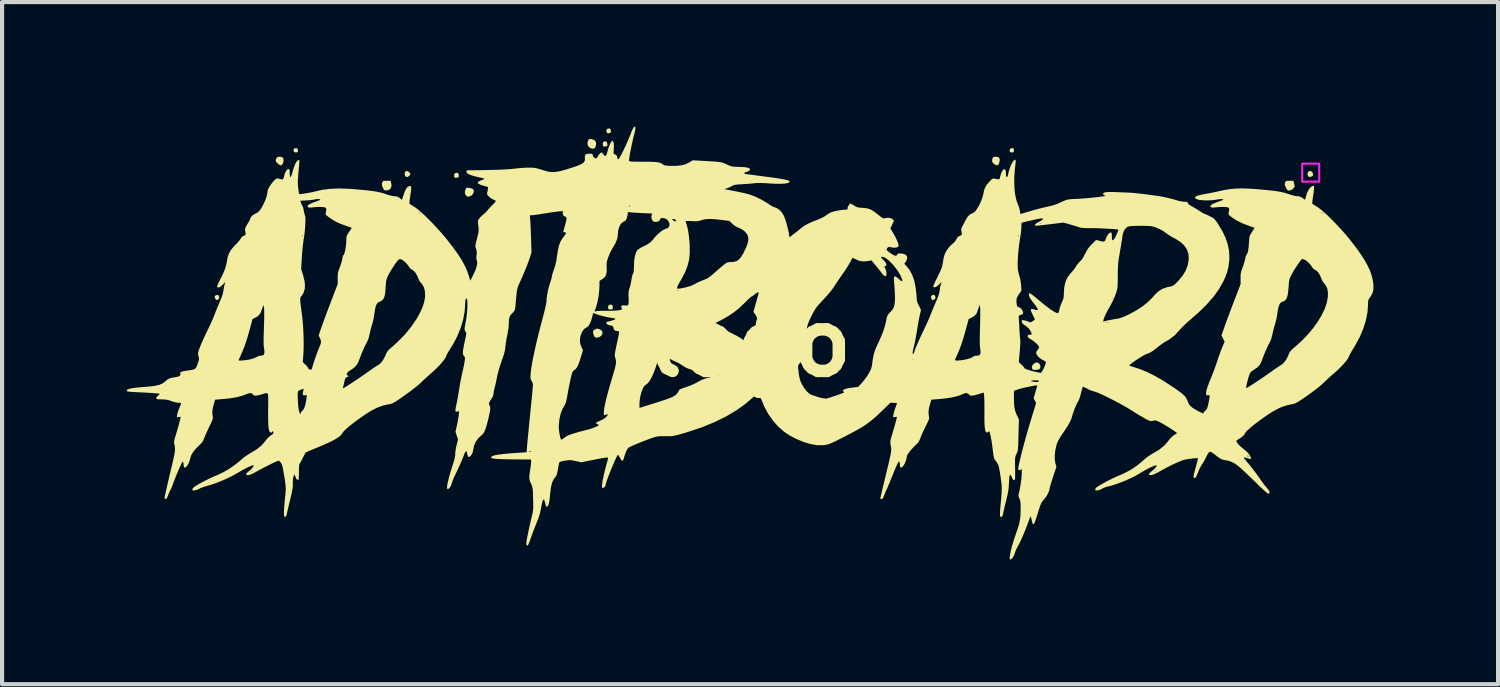
<source format=kicad_pcb>
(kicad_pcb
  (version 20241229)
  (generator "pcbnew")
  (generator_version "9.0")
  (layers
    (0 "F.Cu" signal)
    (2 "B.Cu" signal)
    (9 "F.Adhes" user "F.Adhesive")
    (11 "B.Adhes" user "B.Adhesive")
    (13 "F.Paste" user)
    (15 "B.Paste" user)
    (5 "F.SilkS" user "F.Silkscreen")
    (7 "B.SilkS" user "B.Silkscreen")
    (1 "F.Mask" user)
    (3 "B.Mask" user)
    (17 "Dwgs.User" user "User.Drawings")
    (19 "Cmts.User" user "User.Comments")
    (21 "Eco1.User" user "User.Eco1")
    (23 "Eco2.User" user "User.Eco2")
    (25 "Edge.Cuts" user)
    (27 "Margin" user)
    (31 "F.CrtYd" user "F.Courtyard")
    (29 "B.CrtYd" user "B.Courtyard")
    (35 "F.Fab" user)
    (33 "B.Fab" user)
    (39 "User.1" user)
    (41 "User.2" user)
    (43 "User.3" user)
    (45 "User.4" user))
  (footprint "logo"
    (layer "F.Cu")
    (at 14.99 5.197)
    (property "Reference" "logo" (at 0 0 0) (layer "F.SilkS") (effects (font (size 1.5 1.5) (thickness 0.3))))
    (attr board_only exclude_from_pos_files exclude_from_bom)
    (fp_poly (pts (xy -10.886 -4.673) (xy -10.873 -4.642) (xy -10.87 -4.603) (xy -10.883 -4.584) (xy -10.918 -4.579) (xy -10.922 -4.579) (xy -10.956 -4.585) (xy -10.973 -4.609) (xy -10.975 -4.618) (xy -10.975 -4.656) (xy -10.949 -4.677) (xy -10.912 -4.683)) (stroke (width 0) (type solid)) (fill yes) (layer "F.SilkS"))
    (fp_poly (pts (xy -3.363 -5.152) (xy -3.347 -5.131) (xy -3.341 -5.111) (xy -3.34 -5.069) (xy -3.362 -5.046) (xy -3.404 -5.039) (xy -3.435 -5.051) (xy -3.445 -5.068) (xy -3.45 -5.114) (xy -3.432 -5.145) (xy -3.394 -5.157) (xy -3.394 -5.157)) (stroke (width 0) (type solid)) (fill yes) (layer "F.SilkS"))
    (fp_poly (pts (xy 4.447 -1.145) (xy 4.463 -1.119) (xy 4.472 -1.086) (xy 4.459 -1.059) (xy 4.453 -1.052) (xy 4.422 -1.027) (xy 4.396 -1.029) (xy 4.375 -1.052) (xy 4.358 -1.095) (xy 4.368 -1.127) (xy 4.385 -1.141) (xy 4.423 -1.154)) (stroke (width 0) (type solid)) (fill yes) (layer "F.SilkS"))
    (fp_poly (pts (xy -12.789 -1.145) (xy -12.771 -1.119) (xy -12.763 -1.086) (xy -12.775 -1.059) (xy -12.781 -1.052) (xy -12.813 -1.027) (xy -12.839 -1.029) (xy -12.86 -1.061) (xy -12.864 -1.069) (xy -12.875 -1.102) (xy -12.871 -1.122) (xy -12.855 -1.136) (xy -12.817 -1.154)) (stroke (width 0) (type solid)) (fill yes) (layer "F.SilkS"))
    (fp_poly (pts (xy -3.31 -0.905) (xy -3.297 -0.875) (xy -3.293 -0.839) (xy -3.297 -0.815) (xy -3.318 -0.805) (xy -3.352 -0.8) (xy -3.385 -0.804) (xy -3.399 -0.81) (xy -3.408 -0.836) (xy -3.407 -0.871) (xy -3.395 -0.901) (xy -3.385 -0.91) (xy -3.339 -0.919)) (stroke (width 0) (type solid)) (fill yes) (layer "F.SilkS"))
    (fp_poly (pts (xy 6.348 -4.674) (xy 6.357 -4.639) (xy 6.357 -4.631) (xy 6.355 -4.596) (xy 6.342 -4.582) (xy 6.315 -4.579) (xy 6.281 -4.582) (xy 6.264 -4.589) (xy 6.254 -4.615) (xy 6.258 -4.648) (xy 6.273 -4.672) (xy 6.277 -4.674) (xy 6.322 -4.685)) (stroke (width 0) (type solid)) (fill yes) (layer "F.SilkS"))
    (fp_poly (pts (xy 13.522 -4.118) (xy 13.536 -4.102) (xy 13.557 -4.057) (xy 13.551 -4.022) (xy 13.521 -4.001) (xy 13.477 -3.988) (xy 13.45 -3.993) (xy 13.431 -4.018) (xy 13.429 -4.023) (xy 13.42 -4.067) (xy 13.431 -4.103) (xy 13.456 -4.127) (xy 13.488 -4.133)) (stroke (width 0) (type solid)) (fill yes) (layer "F.SilkS"))
    (fp_poly (pts (xy -8.22 -4.123) (xy -8.188 -4.097) (xy -8.168 -4.066) (xy -8.165 -4.054) (xy -8.178 -4.029) (xy -8.207 -4.004) (xy -8.241 -3.988) (xy -8.255 -3.986) (xy -8.278 -3.999) (xy -8.296 -4.023) (xy -8.304 -4.064) (xy -8.294 -4.103) (xy -8.272 -4.129) (xy -8.252 -4.135)) (stroke (width 0) (type solid)) (fill yes) (layer "F.SilkS"))
    (fp_poly (pts (xy -7.027 -4.087) (xy -7.011 -4.071) (xy -7.004 -4.045) (xy -7 -4.002) (xy -7.012 -3.979) (xy -7.046 -3.972) (xy -7.063 -3.972) (xy -7.097 -3.973) (xy -7.11 -3.984) (xy -7.111 -4.014) (xy -7.11 -4.027) (xy -7.105 -4.064) (xy -7.09 -4.081) (xy -7.06 -4.087)) (stroke (width 0) (type solid)) (fill yes) (layer "F.SilkS"))
    (fp_poly (pts (xy -3.452 -4.842) (xy -3.437 -4.824) (xy -3.43 -4.793) (xy -3.423 -4.755) (xy -3.429 -4.737) (xy -3.452 -4.728) (xy -3.477 -4.723) (xy -3.511 -4.72) (xy -3.527 -4.731) (xy -3.532 -4.746) (xy -3.537 -4.797) (xy -3.52 -4.832) (xy -3.486 -4.846) (xy -3.482 -4.846)) (stroke (width 0) (type solid)) (fill yes) (layer "F.SilkS"))
    (fp_poly (pts (xy 6.955 0.491) (xy 6.984 0.528) (xy 6.995 0.579) (xy 6.988 0.615) (xy 6.966 0.638) (xy 6.923 0.65) (xy 6.886 0.654) (xy 6.839 0.655) (xy 6.812 0.648) (xy 6.801 0.635) (xy 6.788 0.588) (xy 6.803 0.542) (xy 6.824 0.515) (xy 6.868 0.482) (xy 6.914 0.475)) (stroke (width 0) (type solid)) (fill yes) (layer "F.SilkS"))
    (fp_poly (pts (xy 5.974 -4.469) (xy 6.005 -4.447) (xy 6.015 -4.405) (xy 6.012 -4.371) (xy 5.999 -4.315) (xy 5.977 -4.279) (xy 5.952 -4.269) (xy 5.928 -4.276) (xy 5.895 -4.291) (xy 5.849 -4.327) (xy 5.831 -4.37) (xy 5.839 -4.424) (xy 5.852 -4.456) (xy 5.87 -4.471) (xy 5.904 -4.475) (xy 5.92 -4.475)) (stroke (width 0) (type solid)) (fill yes) (layer "F.SilkS"))
    (fp_poly (pts (xy -3.819 -4.901) (xy -3.804 -4.899) (xy -3.744 -4.879) (xy -3.707 -4.841) (xy -3.694 -4.789) (xy -3.707 -4.726) (xy -3.721 -4.694) (xy -3.748 -4.673) (xy -3.788 -4.669) (xy -3.833 -4.683) (xy -3.857 -4.698) (xy -3.895 -4.744) (xy -3.906 -4.801) (xy -3.89 -4.86) (xy -3.89 -4.861) (xy -3.872 -4.891) (xy -3.852 -4.902)) (stroke (width 0) (type solid)) (fill yes) (layer "F.SilkS"))
    (fp_poly (pts (xy -6.753 -3.726) (xy -6.694 -3.714) (xy -6.659 -3.697) (xy -6.642 -3.671) (xy -6.639 -3.64) (xy -6.653 -3.587) (xy -6.69 -3.545) (xy -6.746 -3.52) (xy -6.752 -3.518) (xy -6.788 -3.516) (xy -6.814 -3.532) (xy -6.83 -3.55) (xy -6.853 -3.591) (xy -6.854 -3.633) (xy -6.853 -3.637) (xy -6.838 -3.691) (xy -6.821 -3.72) (xy -6.794 -3.73)) (stroke (width 0) (type solid)) (fill yes) (layer "F.SilkS"))
    (fp_poly (pts (xy -11.266 -4.47) (xy -11.235 -4.455) (xy -11.232 -4.453) (xy -11.218 -4.417) (xy -11.218 -4.372) (xy -11.229 -4.326) (xy -11.249 -4.289) (xy -11.276 -4.269) (xy -11.285 -4.268) (xy -11.308 -4.277) (xy -11.342 -4.3) (xy -11.359 -4.315) (xy -11.392 -4.347) (xy -11.405 -4.373) (xy -11.403 -4.4) (xy -11.39 -4.436) (xy -11.378 -4.457) (xy -11.351 -4.471) (xy -11.309 -4.475)) (stroke (width 0) (type solid)) (fill yes) (layer "F.SilkS"))
    (fp_poly (pts (xy -3.648 -0.336) (xy -3.592 -0.316) (xy -3.555 -0.282) (xy -3.542 -0.24) (xy -3.553 -0.195) (xy -3.577 -0.165) (xy -3.616 -0.139) (xy -3.661 -0.124) (xy -3.703 -0.123) (xy -3.73 -0.136) (xy -3.744 -0.162) (xy -3.759 -0.203) (xy -3.763 -0.215) (xy -3.772 -0.254) (xy -3.768 -0.279) (xy -3.748 -0.302) (xy -3.739 -0.309) (xy -3.701 -0.334) (xy -3.66 -0.337)) (stroke (width 0) (type solid)) (fill yes) (layer "F.SilkS"))
    (fp_poly (pts (xy -8.627 -3.84) (xy -8.619 -3.773) (xy -8.636 -3.719) (xy -8.659 -3.692) (xy -8.694 -3.674) (xy -8.737 -3.665) (xy -8.777 -3.667) (xy -8.798 -3.677) (xy -8.814 -3.704) (xy -8.833 -3.743) (xy -8.837 -3.752) (xy -8.851 -3.797) (xy -8.849 -3.834) (xy -8.843 -3.852) (xy -8.832 -3.877) (xy -8.817 -3.891) (xy -8.79 -3.896) (xy -8.742 -3.897) (xy -8.735 -3.897) (xy -8.644 -3.897)) (stroke (width 0) (type solid)) (fill yes) (layer "F.SilkS"))
    (fp_poly (pts (xy 13.1 -3.831) (xy 13.11 -3.787) (xy 13.109 -3.757) (xy 13.096 -3.73) (xy 13.094 -3.727) (xy 13.051 -3.685) (xy 12.993 -3.663) (xy 12.966 -3.66) (xy 12.939 -3.674) (xy 12.909 -3.717) (xy 12.901 -3.733) (xy 12.88 -3.778) (xy 12.873 -3.809) (xy 12.877 -3.838) (xy 12.882 -3.851) (xy 12.893 -3.877) (xy 12.908 -3.89) (xy 12.934 -3.896) (xy 12.981 -3.897) (xy 12.99 -3.897) (xy 13.081 -3.897)) (stroke (width 0) (type solid)) (fill yes) (layer "F.SilkS"))
    (fp_poly (pts (xy -2.762 -5.197) (xy -2.755 -5.191) (xy -2.75 -5.175) (xy -2.753 -5.141) (xy -2.763 -5.085) (xy -2.782 -5.006) (xy -2.792 -4.969) (xy -2.812 -4.885) (xy -2.833 -4.792) (xy -2.853 -4.696) (xy -2.872 -4.603) (xy -2.887 -4.518) (xy -2.898 -4.448) (xy -2.904 -4.398) (xy -2.905 -4.385) (xy -2.903 -4.376) (xy -2.897 -4.369) (xy -2.881 -4.364) (xy -2.854 -4.361) (xy -2.811 -4.358) (xy -2.748 -4.357) (xy -2.662 -4.356) (xy -2.567 -4.356) (xy -2.443 -4.355) (xy -2.345 -4.353) (xy -2.268 -4.349) (xy -2.21 -4.342) (xy -2.165 -4.332) (xy -2.131 -4.319) (xy -2.103 -4.301) (xy -2.087 -4.288) (xy -2.067 -4.275) (xy -2.037 -4.266) (xy -1.991 -4.26) (xy -1.922 -4.256) (xy -1.903 -4.255) (xy -1.766 -4.256) (xy -1.651 -4.268) (xy -1.555 -4.292) (xy -1.472 -4.329) (xy -1.457 -4.337) (xy -1.371 -4.39) (xy -1.193 -4.38) (xy -1.057 -4.372) (xy -0.946 -4.366) (xy -0.859 -4.36) (xy -0.79 -4.355) (xy -0.736 -4.349) (xy -0.695 -4.343) (xy -0.661 -4.335) (xy -0.633 -4.326) (xy -0.605 -4.315) (xy -0.575 -4.301) (xy -0.556 -4.292) (xy -0.504 -4.268) (xy -0.462 -4.252) (xy -0.422 -4.242) (xy -0.376 -4.236) (xy -0.315 -4.233) (xy -0.259 -4.231) (xy -0.157 -4.227) (xy -0.082 -4.219) (xy -0.03 -4.206) (xy -0.000195 -4.189) (xy 0.006 -4.181) (xy 0.005 -4.159) (xy -0.018 -4.136) (xy -0.056 -4.117) (xy -0.074 -4.112) (xy -0.111 -4.099) (xy -0.131 -4.082) (xy -0.13 -4.067) (xy -0.114 -4.063) (xy -0.073 -4.057) (xy -0.009 -4.048) (xy 0.072 -4.037) (xy 0.167 -4.024) (xy 0.273 -4.01) (xy 0.29 -4.008) (xy 0.455 -3.987) (xy 0.593 -3.968) (xy 0.705 -3.951) (xy 0.794 -3.936) (xy 0.862 -3.923) (xy 0.91 -3.91) (xy 0.941 -3.898) (xy 0.957 -3.886) (xy 0.96 -3.88) (xy 0.951 -3.858) (xy 0.913 -3.841) (xy 0.848 -3.83) (xy 0.757 -3.825) (xy 0.64 -3.825) (xy 0.5 -3.831) (xy 0.404 -3.838) (xy 0.279 -3.844) (xy 0.17 -3.843) (xy 0.109 -3.838) (xy 0.048 -3.831) (xy -0.032 -3.824) (xy -0.119 -3.818) (xy -0.191 -3.814) (xy -0.275 -3.809) (xy -0.335 -3.803) (xy -0.376 -3.795) (xy -0.405 -3.784) (xy -0.418 -3.776) (xy -0.457 -3.754) (xy -0.508 -3.732) (xy -0.534 -3.722) (xy -0.609 -3.697) (xy -0.353 -3.647) (xy -0.259 -3.628) (xy -0.167 -3.608) (xy -0.083 -3.588) (xy -0.016 -3.57) (xy 0.014 -3.561) (xy 0.115 -3.523) (xy 0.225 -3.472) (xy 0.335 -3.414) (xy 0.432 -3.355) (xy 0.473 -3.327) (xy 0.524 -3.293) (xy 0.576 -3.267) (xy 0.613 -3.254) (xy 0.666 -3.232) (xy 0.722 -3.189) (xy 0.774 -3.132) (xy 0.813 -3.072) (xy 0.839 -3.011) (xy 0.867 -2.931) (xy 0.894 -2.839) (xy 0.918 -2.746) (xy 0.936 -2.66) (xy 0.938 -2.65) (xy 0.956 -2.537) (xy 1.08 -2.632) (xy 1.138 -2.677) (xy 1.193 -2.721) (xy 1.237 -2.757) (xy 1.255 -2.771) (xy 1.318 -2.817) (xy 1.405 -2.865) (xy 1.518 -2.915) (xy 1.619 -2.955) (xy 1.689 -2.984) (xy 1.757 -3.016) (xy 1.812 -3.047) (xy 1.832 -3.061) (xy 1.881 -3.095) (xy 1.931 -3.125) (xy 1.954 -3.136) (xy 2.011 -3.155) (xy 2.085 -3.173) (xy 2.166 -3.188) (xy 2.242 -3.198) (xy 2.291 -3.201) (xy 2.331 -3.202) (xy 2.35 -3.21) (xy 2.356 -3.23) (xy 2.356 -3.246) (xy 2.364 -3.283) (xy 2.379 -3.3) (xy 2.395 -3.317) (xy 2.395 -3.329) (xy 2.396 -3.346) (xy 2.417 -3.348) (xy 2.453 -3.336) (xy 2.498 -3.311) (xy 2.512 -3.301) (xy 2.548 -3.278) (xy 2.581 -3.263) (xy 2.62 -3.254) (xy 2.675 -3.248) (xy 2.716 -3.245) (xy 2.79 -3.239) (xy 2.851 -3.227) (xy 2.906 -3.207) (xy 2.962 -3.176) (xy 3.027 -3.13) (xy 3.093 -3.078) (xy 3.149 -3.034) (xy 3.187 -3.007) (xy 3.215 -2.995) (xy 3.237 -2.993) (xy 3.245 -2.995) (xy 3.321 -3.008) (xy 3.386 -3.001) (xy 3.433 -2.976) (xy 3.437 -2.972) (xy 3.471 -2.936) (xy 3.428 -2.843) (xy 3.385 -2.751) (xy 3.455 -2.633) (xy 3.499 -2.557) (xy 3.535 -2.482) (xy 3.563 -2.416) (xy 3.58 -2.362) (xy 3.583 -2.329) (xy 3.565 -2.305) (xy 3.526 -2.29) (xy 3.473 -2.286) (xy 3.416 -2.294) (xy 3.411 -2.295) (xy 3.369 -2.305) (xy 3.343 -2.304) (xy 3.322 -2.291) (xy 3.315 -2.284) (xy 3.297 -2.26) (xy 3.296 -2.236) (xy 3.315 -2.21) (xy 3.357 -2.177) (xy 3.394 -2.151) (xy 3.456 -2.112) (xy 3.5 -2.094) (xy 3.529 -2.094) (xy 3.544 -2.113) (xy 3.546 -2.119) (xy 3.558 -2.139) (xy 3.586 -2.148) (xy 3.612 -2.149) (xy 3.693 -2.141) (xy 3.75 -2.118) (xy 3.783 -2.081) (xy 3.79 -2.033) (xy 3.771 -1.976) (xy 3.756 -1.952) (xy 3.719 -1.898) (xy 3.78 -1.835) (xy 3.842 -1.755) (xy 3.899 -1.654) (xy 3.945 -1.539) (xy 3.947 -1.534) (xy 3.964 -1.471) (xy 3.98 -1.389) (xy 3.995 -1.297) (xy 4.007 -1.206) (xy 4.014 -1.125) (xy 4.016 -1.082) (xy 4.02 -1.027) (xy 4.033 -0.975) (xy 4.06 -0.913) (xy 4.069 -0.896) (xy 4.121 -0.792) (xy 4.09 -0.652) (xy 4.076 -0.585) (xy 4.059 -0.498) (xy 4.042 -0.402) (xy 4.027 -0.306) (xy 4.023 -0.282) (xy 4.008 -0.192) (xy 3.992 -0.104) (xy 3.977 -0.025) (xy 3.963 0.036) (xy 3.959 0.052) (xy 3.943 0.115) (xy 3.93 0.176) (xy 3.923 0.219) (xy 3.919 0.258) (xy 3.923 0.272) (xy 3.934 0.267) (xy 3.936 0.266) (xy 3.954 0.244) (xy 3.957 0.233) (xy 3.963 0.208) (xy 3.98 0.159) (xy 4.007 0.092) (xy 4.042 0.01) (xy 4.083 -0.083) (xy 4.129 -0.183) (xy 4.177 -0.286) (xy 4.19 -0.311) (xy 4.232 -0.4) (xy 4.272 -0.488) (xy 4.308 -0.567) (xy 4.336 -0.633) (xy 4.352 -0.674) (xy 4.373 -0.728) (xy 4.402 -0.799) (xy 4.436 -0.88) (xy 4.471 -0.961) (xy 4.475 -0.971) (xy 4.488 -1.001) (xy 6.417 -1.001) (xy 6.424 -0.93) (xy 6.426 -0.916) (xy 6.436 -0.878) (xy 6.454 -0.861) (xy 6.474 -0.857) (xy 6.509 -0.84) (xy 6.544 -0.804) (xy 6.57 -0.76) (xy 6.58 -0.718) (xy 6.573 -0.694) (xy 6.548 -0.678) (xy 6.524 -0.671) (xy 6.487 -0.659) (xy 6.473 -0.643) (xy 6.472 -0.622) (xy 6.474 -0.595) (xy 6.477 -0.545) (xy 6.481 -0.476) (xy 6.486 -0.395) (xy 6.489 -0.33) (xy 6.494 -0.246) (xy 6.5 -0.172) (xy 6.504 -0.113) (xy 6.509 -0.075) (xy 6.511 -0.062) (xy 6.513 -0.044) (xy 6.511 -0.001) (xy 6.508 0.061) (xy 6.503 0.137) (xy 6.497 0.209) (xy 6.475 0.467) (xy 6.542 0.528) (xy 6.578 0.564) (xy 6.602 0.594) (xy 6.609 0.61) (xy 6.623 0.622) (xy 6.659 0.638) (xy 6.713 0.657) (xy 6.778 0.676) (xy 6.848 0.694) (xy 6.917 0.71) (xy 6.98 0.721) (xy 7.005 0.724) (xy 7.019 0.713) (xy 7.041 0.68) (xy 7.067 0.632) (xy 7.076 0.613) (xy 7.1 0.558) (xy 7.118 0.511) (xy 7.127 0.48) (xy 7.128 0.475) (xy 7.115 0.453) (xy 7.08 0.429) (xy 7.068 0.424) (xy 7.02 0.397) (xy 6.97 0.36) (xy 6.949 0.342) (xy 6.906 0.29) (xy 6.892 0.244) (xy 6.905 0.2) (xy 6.928 0.172) (xy 6.953 0.14) (xy 6.965 0.111) (xy 6.965 0.109) (xy 6.954 0.084) (xy 6.925 0.047) (xy 6.884 0.006) (xy 6.837 -0.034) (xy 6.792 -0.066) (xy 6.769 -0.079) (xy 6.721 -0.108) (xy 6.693 -0.138) (xy 6.685 -0.166) (xy 6.699 -0.185) (xy 6.735 -0.193) (xy 6.77 -0.195) (xy 6.784 -0.208) (xy 6.78 -0.234) (xy 6.759 -0.278) (xy 6.711 -0.349) (xy 6.643 -0.406) (xy 6.61 -0.425) (xy 6.575 -0.453) (xy 6.557 -0.478) (xy 8.587 -0.478) (xy 8.601 -0.475) (xy 8.62 -0.478) (xy 8.621 -0.483) (xy 8.601 -0.487) (xy 8.592 -0.484) (xy 8.587 -0.478) (xy 6.557 -0.478) (xy 6.551 -0.486) (xy 6.543 -0.518) (xy 6.552 -0.54) (xy 6.558 -0.543) (xy 6.582 -0.543) (xy 6.625 -0.534) (xy 6.671 -0.52) (xy 6.762 -0.489) (xy 6.773 -0.496) (xy 8.654 -0.496) (xy 8.662 -0.489) (xy 8.669 -0.496) (xy 8.662 -0.504) (xy 8.654 -0.496) (xy 6.773 -0.496) (xy 6.789 -0.506) (xy 8.504 -0.506) (xy 8.57 -0.526) (xy 8.613 -0.537) (xy 8.675 -0.549) (xy 8.747 -0.562) (xy 8.789 -0.569) (xy 8.865 -0.582) (xy 8.928 -0.598) (xy 8.989 -0.62) (xy 9.059 -0.651) (xy 9.106 -0.673) (xy 9.285 -0.768) (xy 9.438 -0.866) (xy 9.569 -0.969) (xy 9.684 -1.08) (xy 9.734 -1.139) (xy 9.827 -1.232) (xy 9.929 -1.297) (xy 10.042 -1.336) (xy 10.056 -1.339) (xy 10.116 -1.351) (xy 10.162 -1.365) (xy 10.199 -1.384) (xy 10.237 -1.413) (xy 10.281 -1.457) (xy 10.324 -1.502) (xy 10.419 -1.617) (xy 10.488 -1.731) (xy 10.534 -1.85) (xy 10.545 -1.891) (xy 10.564 -2.018) (xy 10.557 -2.133) (xy 10.524 -2.236) (xy 10.465 -2.329) (xy 10.378 -2.414) (xy 10.263 -2.49) (xy 10.22 -2.514) (xy 10.154 -2.549) (xy 10.092 -2.587) (xy 10.043 -2.62) (xy 10.025 -2.634) (xy 9.956 -2.683) (xy 9.869 -2.731) (xy 9.778 -2.772) (xy 9.695 -2.799) (xy 9.685 -2.801) (xy 9.636 -2.807) (xy 9.563 -2.811) (xy 9.474 -2.814) (xy 9.373 -2.813) (xy 9.36 -2.813) (xy 9.268 -2.811) (xy 9.201 -2.808) (xy 9.153 -2.805) (xy 9.12 -2.799) (xy 9.097 -2.791) (xy 9.079 -2.78) (xy 9.074 -2.777) (xy 9.027 -2.73) (xy 8.993 -2.67) (xy 8.972 -2.589) (xy 8.966 -2.547) (xy 8.959 -2.495) (xy 8.947 -2.422) (xy 8.933 -2.335) (xy 8.917 -2.241) (xy 8.905 -2.171) (xy 8.888 -2.07) (xy 8.875 -1.987) (xy 8.867 -1.911) (xy 8.861 -1.835) (xy 8.858 -1.749) (xy 8.857 -1.645) (xy 8.856 -1.608) (xy 8.856 -1.507) (xy 8.854 -1.43) (xy 8.852 -1.371) (xy 8.848 -1.325) (xy 8.841 -1.286) (xy 8.831 -1.247) (xy 8.817 -1.205) (xy 8.804 -1.167) (xy 8.773 -1.087) (xy 8.734 -1) (xy 8.694 -0.922) (xy 8.682 -0.9) (xy 8.622 -0.795) (xy 8.573 -0.701) (xy 8.537 -0.623) (xy 8.516 -0.564) (xy 8.514 -0.553) (xy 8.504 -0.506) (xy 6.789 -0.506) (xy 6.812 -0.52) (xy 6.843 -0.542) (xy 6.86 -0.558) (xy 6.861 -0.561) (xy 6.855 -0.578) (xy 6.838 -0.614) (xy 6.815 -0.663) (xy 6.807 -0.678) (xy 6.779 -0.736) (xy 6.766 -0.773) (xy 6.765 -0.796) (xy 6.77 -0.804) (xy 6.79 -0.813) (xy 6.823 -0.808) (xy 6.836 -0.803) (xy 6.886 -0.789) (xy 6.921 -0.786) (xy 6.935 -0.795) (xy 6.935 -0.797) (xy 6.927 -0.818) (xy 6.903 -0.856) (xy 6.868 -0.907) (xy 6.825 -0.964) (xy 6.793 -1.004) (xy 6.75 -1.065) (xy 6.724 -1.12) (xy 6.716 -1.164) (xy 6.726 -1.189) (xy 6.741 -1.189) (xy 6.772 -1.172) (xy 6.82 -1.136) (xy 6.887 -1.082) (xy 6.916 -1.057) (xy 7.048 -0.948) (xy 7.161 -0.859) (xy 7.255 -0.791) (xy 7.33 -0.744) (xy 7.385 -0.717) (xy 7.413 -0.711) (xy 7.428 -0.725) (xy 7.443 -0.764) (xy 7.451 -0.797) (xy 7.467 -0.857) (xy 7.492 -0.926) (xy 7.513 -0.976) (xy 7.539 -1.037) (xy 7.551 -1.082) (xy 8.714 -1.082) (xy 8.719 -1.07) (xy 8.724 -1.072) (xy 8.725 -1.09) (xy 8.724 -1.092) (xy 8.715 -1.09) (xy 8.714 -1.082) (xy 7.551 -1.082) (xy 7.553 -1.091) (xy 7.558 -1.153) (xy 7.558 -1.177) (xy 7.567 -1.329) (xy 7.596 -1.46) (xy 7.645 -1.571) (xy 7.715 -1.665) (xy 7.727 -1.677) (xy 7.775 -1.73) (xy 7.821 -1.79) (xy 7.852 -1.838) (xy 7.886 -1.89) (xy 7.927 -1.938) (xy 7.952 -1.962) (xy 7.992 -2.003) (xy 8.033 -2.067) (xy 8.07 -2.14) (xy 8.112 -2.221) (xy 8.155 -2.286) (xy 8.208 -2.347) (xy 8.235 -2.374) (xy 8.336 -2.474) (xy 8.417 -2.452) (xy 8.477 -2.438) (xy 8.515 -2.433) (xy 8.539 -2.442) (xy 8.555 -2.465) (xy 8.569 -2.502) (xy 8.599 -2.571) (xy 8.633 -2.621) (xy 8.668 -2.649) (xy 8.685 -2.653) (xy 8.701 -2.649) (xy 8.709 -2.635) (xy 8.713 -2.604) (xy 8.714 -2.555) (xy 8.716 -2.498) (xy 8.724 -2.469) (xy 8.739 -2.466) (xy 8.763 -2.489) (xy 8.776 -2.505) (xy 8.791 -2.531) (xy 8.812 -2.571) (xy 8.834 -2.618) (xy 8.853 -2.664) (xy 8.867 -2.701) (xy 8.872 -2.72) (xy 8.872 -2.721) (xy 8.854 -2.725) (xy 8.812 -2.73) (xy 8.751 -2.735) (xy 8.674 -2.74) (xy 8.589 -2.745) (xy 8.499 -2.75) (xy 8.409 -2.754) (xy 8.325 -2.757) (xy 8.252 -2.758) (xy 8.195 -2.758) (xy 8.108 -2.758) (xy 8.043 -2.759) (xy 7.993 -2.764) (xy 7.951 -2.772) (xy 7.909 -2.785) (xy 7.906 -2.786) (xy 7.849 -2.804) (xy 7.777 -2.826) (xy 7.703 -2.848) (xy 7.681 -2.854) (xy 7.546 -2.891) (xy 7.236 -2.853) (xy 7.141 -2.842) (xy 7.055 -2.832) (xy 6.983 -2.824) (xy 6.928 -2.818) (xy 6.897 -2.816) (xy 6.893 -2.816) (xy 6.865 -2.821) (xy 6.862 -2.837) (xy 6.883 -2.861) (xy 6.887 -2.864) (xy 6.971 -2.864) (xy 6.986 -2.861) (xy 7.005 -2.864) (xy 7.005 -2.869) (xy 6.986 -2.873) (xy 6.977 -2.87) (xy 6.971 -2.864) (xy 6.887 -2.864) (xy 6.926 -2.891) (xy 6.966 -2.912) (xy 7.022 -2.944) (xy 7.052 -2.968) (xy 7.057 -2.985) (xy 7.035 -2.992) (xy 6.997 -2.989) (xy 6.96 -2.983) (xy 6.904 -2.972) (xy 6.835 -2.957) (xy 6.772 -2.943) (xy 6.702 -2.927) (xy 6.639 -2.913) (xy 6.592 -2.902) (xy 6.568 -2.896) (xy 6.55 -2.89) (xy 6.54 -2.875) (xy 6.537 -2.846) (xy 6.537 -2.797) (xy 6.535 -2.744) (xy 6.529 -2.673) (xy 6.518 -2.592) (xy 6.507 -2.527) (xy 6.483 -2.367) (xy 6.464 -2.194) (xy 6.451 -2.021) (xy 6.447 -1.867) (xy 6.451 -1.774) (xy 6.465 -1.691) (xy 6.485 -1.623) (xy 6.513 -1.512) (xy 6.53 -1.396) (xy 6.531 -1.378) (xy 6.538 -1.252) (xy 6.477 -1.166) (xy 6.441 -1.109) (xy 6.421 -1.057) (xy 6.417 -1.001) (xy 4.488 -1.001) (xy 4.518 -1.071) (xy 4.546 -1.15) (xy 4.563 -1.215) (xy 4.57 -1.255) (xy 4.578 -1.316) (xy 4.59 -1.375) (xy 4.599 -1.406) (xy 4.62 -1.465) (xy 4.554 -1.4) (xy 4.509 -1.361) (xy 4.468 -1.338) (xy 4.436 -1.332) (xy 4.418 -1.344) (xy 4.416 -1.356) (xy 4.422 -1.377) (xy 4.44 -1.419) (xy 4.466 -1.476) (xy 4.498 -1.542) (xy 4.507 -1.56) (xy 4.553 -1.653) (xy 4.588 -1.727) (xy 4.612 -1.787) (xy 4.63 -1.839) (xy 4.642 -1.89) (xy 4.651 -1.946) (xy 4.654 -1.969) (xy 4.666 -2.037) (xy 4.684 -2.105) (xy 4.703 -2.155) (xy 4.741 -2.224) (xy 4.791 -2.292) (xy 4.844 -2.35) (xy 4.891 -2.389) (xy 4.923 -2.417) (xy 4.955 -2.46) (xy 4.971 -2.487) (xy 4.998 -2.534) (xy 5.025 -2.559) (xy 5.051 -2.568) (xy 5.06 -2.572) (xy 6.462 -2.572) (xy 6.465 -2.553) (xy 6.47 -2.553) (xy 6.474 -2.573) (xy 6.471 -2.581) (xy 6.465 -2.587) (xy 6.462 -2.572) (xy 5.06 -2.572) (xy 5.09 -2.586) (xy 5.106 -2.619) (xy 5.098 -2.67) (xy 5.096 -2.675) (xy 5.087 -2.708) (xy 5.089 -2.737) (xy 5.104 -2.774) (xy 5.115 -2.796) (xy 5.142 -2.849) (xy 5.175 -2.912) (xy 5.2 -2.96) (xy 5.249 -3.038) (xy 5.302 -3.09) (xy 5.363 -3.118) (xy 5.369 -3.12) (xy 5.404 -3.141) (xy 5.445 -3.186) (xy 5.487 -3.249) (xy 5.529 -3.324) (xy 5.567 -3.407) (xy 5.598 -3.492) (xy 5.62 -3.573) (xy 5.623 -3.589) (xy 5.639 -3.667) (xy 5.66 -3.728) (xy 5.691 -3.783) (xy 5.738 -3.842) (xy 5.767 -3.875) (xy 5.808 -3.918) (xy 5.837 -3.942) (xy 5.86 -3.952) (xy 5.883 -3.951) (xy 5.886 -3.951) (xy 5.946 -3.938) (xy 5.983 -3.932) (xy 6.004 -3.935) (xy 6.015 -3.95) (xy 6.022 -3.979) (xy 6.027 -4) (xy 6.052 -4.085) (xy 6.081 -4.142) (xy 6.11 -4.17) (xy 6.136 -4.176) (xy 6.154 -4.156) (xy 6.163 -4.108) (xy 6.165 -4.064) (xy 6.169 -4.013) (xy 6.18 -3.987) (xy 6.195 -3.987) (xy 6.209 -4.015) (xy 6.217 -4.048) (xy 6.234 -4.125) (xy 6.258 -4.203) (xy 6.286 -4.274) (xy 6.317 -4.334) (xy 6.346 -4.378) (xy 6.373 -4.4) (xy 6.381 -4.401) (xy 6.39 -4.402) (xy 6.396 -4.4) (xy 6.399 -4.392) (xy 6.4 -4.373) (xy 6.398 -4.34) (xy 6.393 -4.289) (xy 6.385 -4.214) (xy 6.378 -4.155) (xy 6.366 -3.993) (xy 6.365 -3.834) (xy 6.373 -3.682) (xy 6.391 -3.544) (xy 6.418 -3.424) (xy 6.454 -3.326) (xy 6.455 -3.324) (xy 6.478 -3.265) (xy 6.496 -3.201) (xy 6.501 -3.172) (xy 6.507 -3.13) (xy 6.512 -3.103) (xy 6.514 -3.097) (xy 6.53 -3.101) (xy 6.568 -3.113) (xy 6.626 -3.13) (xy 6.698 -3.151) (xy 6.761 -3.17) (xy 6.857 -3.198) (xy 6.958 -3.225) (xy 7.054 -3.249) (xy 7.137 -3.268) (xy 7.165 -3.274) (xy 7.278 -3.3) (xy 7.382 -3.334) (xy 7.484 -3.378) (xy 7.548 -3.408) (xy 7.597 -3.428) (xy 7.639 -3.442) (xy 7.683 -3.45) (xy 7.737 -3.455) (xy 7.81 -3.459) (xy 7.832 -3.46) (xy 7.919 -3.464) (xy 8.011 -3.471) (xy 8.107 -3.478) (xy 8.202 -3.487) (xy 8.292 -3.496) (xy 8.375 -3.505) (xy 8.448 -3.514) (xy 8.506 -3.522) (xy 8.547 -3.529) (xy 8.567 -3.535) (xy 8.562 -3.539) (xy 8.547 -3.54) (xy 8.521 -3.553) (xy 8.512 -3.564) (xy 8.669 -3.564) (xy 8.677 -3.557) (xy 8.684 -3.564) (xy 8.677 -3.571) (xy 8.669 -3.564) (xy 8.512 -3.564) (xy 8.507 -3.571) (xy 8.504 -3.593) (xy 8.523 -3.61) (xy 8.566 -3.621) (xy 8.635 -3.627) (xy 8.73 -3.627) (xy 8.852 -3.623) (xy 8.854 -3.623) (xy 8.94 -3.619) (xy 9.018 -3.616) (xy 9.083 -3.613) (xy 9.129 -3.612) (xy 9.143 -3.611) (xy 9.182 -3.609) (xy 9.244 -3.604) (xy 9.325 -3.595) (xy 9.42 -3.585) (xy 9.522 -3.572) (xy 9.627 -3.559) (xy 9.73 -3.545) (xy 9.824 -3.532) (xy 9.855 -3.527) (xy 9.95 -3.51) (xy 10.056 -3.487) (xy 10.16 -3.461) (xy 10.218 -3.444) (xy 10.322 -3.414) (xy 10.404 -3.397) (xy 10.462 -3.392) (xy 10.464 -3.392) (xy 10.507 -3.392) (xy 10.529 -3.385) (xy 10.54 -3.367) (xy 10.542 -3.36) (xy 10.564 -3.328) (xy 10.614 -3.295) (xy 10.621 -3.292) (xy 10.666 -3.268) (xy 10.725 -3.233) (xy 10.788 -3.193) (xy 10.813 -3.177) (xy 10.866 -3.143) (xy 10.911 -3.116) (xy 10.942 -3.1) (xy 10.951 -3.097) (xy 10.974 -3.091) (xy 11.01 -3.074) (xy 11.023 -3.068) (xy 11.073 -3.042) (xy 11.124 -3.018) (xy 11.129 -3.015) (xy 11.163 -2.993) (xy 11.2 -2.955) (xy 11.245 -2.895) (xy 11.266 -2.863) (xy 11.369 -2.693) (xy 11.447 -2.531) (xy 11.501 -2.375) (xy 11.532 -2.22) (xy 11.542 -2.063) (xy 11.539 -1.986) (xy 11.522 -1.842) (xy 11.49 -1.705) (xy 11.438 -1.565) (xy 11.396 -1.475) (xy 11.292 -1.291) (xy 11.159 -1.107) (xy 10.997 -0.921) (xy 10.806 -0.733) (xy 10.613 -0.564) (xy 10.539 -0.501) (xy 10.467 -0.435) (xy 10.403 -0.371) (xy 10.354 -0.318) (xy 10.345 -0.307) (xy 10.229 -0.181) (xy 10.097 -0.08) (xy 10.01 -0.03) (xy 9.958 0.001) (xy 9.895 0.045) (xy 9.832 0.094) (xy 9.81 0.112) (xy 9.715 0.187) (xy 9.632 0.239) (xy 9.56 0.269) (xy 9.541 0.273) (xy 9.517 0.284) (xy 9.474 0.307) (xy 9.42 0.34) (xy 9.358 0.379) (xy 9.295 0.42) (xy 9.236 0.461) (xy 9.186 0.497) (xy 9.15 0.524) (xy 9.134 0.541) (xy 9.133 0.541) (xy 9.144 0.552) (xy 9.177 0.566) (xy 9.225 0.581) (xy 9.228 0.582) (xy 9.388 0.633) (xy 9.562 0.705) (xy 9.747 0.797) (xy 9.941 0.908) (xy 10.121 1.024) (xy 10.229 1.097) (xy 10.315 1.157) (xy 10.382 1.207) (xy 10.433 1.251) (xy 10.472 1.29) (xy 10.5 1.327) (xy 10.521 1.366) (xy 10.539 1.41) (xy 10.545 1.426) (xy 10.568 1.477) (xy 10.604 1.523) (xy 10.658 1.567) (xy 10.733 1.614) (xy 10.791 1.645) (xy 10.85 1.676) (xy 10.888 1.694) (xy 10.91 1.701) (xy 10.919 1.699) (xy 10.922 1.688) (xy 10.922 1.682) (xy 10.933 1.659) (xy 10.951 1.645) (xy 10.982 1.619) (xy 11.007 1.574) (xy 11.028 1.507) (xy 11.047 1.415) (xy 11.059 1.345) (xy 11.066 1.299) (xy 11.067 1.273) (xy 11.06 1.262) (xy 11.046 1.26) (xy 11.025 1.263) (xy 10.996 1.265) (xy 10.984 1.254) (xy 10.981 1.223) (xy 10.981 1.215) (xy 10.983 1.193) (xy 11.025 1.193) (xy 11.033 1.2) (xy 11.04 1.193) (xy 11.033 1.186) (xy 11.025 1.193) (xy 10.983 1.193) (xy 10.984 1.176) (xy 10.996 1.126) (xy 11.012 1.074) (xy 11.944 1.074) (xy 11.945 1.083) (xy 11.951 1.087) (xy 11.963 1.084) (xy 11.985 1.074) (xy 12.019 1.053) (xy 12.069 1.022) (xy 12.137 0.977) (xy 12.226 0.918) (xy 12.255 0.899) (xy 12.337 0.844) (xy 12.422 0.786) (xy 12.502 0.73) (xy 12.568 0.683) (xy 12.585 0.67) (xy 12.646 0.627) (xy 12.706 0.587) (xy 12.755 0.555) (xy 12.778 0.542) (xy 12.84 0.495) (xy 12.898 0.423) (xy 12.949 0.33) (xy 12.968 0.284) (xy 12.984 0.246) (xy 13.004 0.212) (xy 13.032 0.179) (xy 13.073 0.14) (xy 13.132 0.089) (xy 13.141 0.082) (xy 13.293 -0.056) (xy 13.433 -0.202) (xy 13.559 -0.353) (xy 13.669 -0.507) (xy 13.761 -0.661) (xy 13.833 -0.81) (xy 13.883 -0.953) (xy 13.909 -1.086) (xy 13.912 -1.115) (xy 13.912 -1.223) (xy 13.896 -1.309) (xy 13.862 -1.379) (xy 13.827 -1.422) (xy 13.778 -1.489) (xy 13.748 -1.56) (xy 13.719 -1.629) (xy 13.681 -1.689) (xy 13.639 -1.734) (xy 13.598 -1.757) (xy 13.598 -1.757) (xy 13.568 -1.775) (xy 13.54 -1.808) (xy 13.537 -1.812) (xy 13.494 -1.875) (xy 13.443 -1.93) (xy 13.391 -1.975) (xy 13.342 -2.004) (xy 13.301 -2.014) (xy 13.288 -2.011) (xy 13.27 -1.995) (xy 13.24 -1.958) (xy 13.202 -1.905) (xy 13.16 -1.843) (xy 13.117 -1.776) (xy 13.076 -1.709) (xy 13.042 -1.648) (xy 13.033 -1.63) (xy 13.008 -1.58) (xy 12.992 -1.539) (xy 12.981 -1.498) (xy 12.974 -1.449) (xy 12.969 -1.382) (xy 12.966 -1.341) (xy 12.956 -1.225) (xy 12.941 -1.135) (xy 12.919 -1.069) (xy 12.888 -1.024) (xy 12.849 -0.997) (xy 12.818 -0.988) (xy 12.779 -0.967) (xy 12.747 -0.923) (xy 12.722 -0.853) (xy 12.703 -0.756) (xy 12.698 -0.716) (xy 12.685 -0.633) (xy 12.666 -0.544) (xy 12.645 -0.463) (xy 12.64 -0.445) (xy 12.616 -0.367) (xy 12.594 -0.279) (xy 12.576 -0.2) (xy 12.575 -0.194) (xy 12.545 -0.081) (xy 12.506 0.004) (xy 12.48 0.051) (xy 12.448 0.119) (xy 12.413 0.198) (xy 12.378 0.283) (xy 12.346 0.363) (xy 12.321 0.433) (xy 12.315 0.452) (xy 12.277 0.526) (xy 12.212 0.595) (xy 12.127 0.654) (xy 12.074 0.69) (xy 12.041 0.728) (xy 12.028 0.755) (xy 12.013 0.798) (xy 11.995 0.856) (xy 11.978 0.92) (xy 11.962 0.983) (xy 11.95 1.036) (xy 11.944 1.071) (xy 11.944 1.074) (xy 11.012 1.074) (xy 11.016 1.061) (xy 11.046 0.979) (xy 11.088 0.875) (xy 11.112 0.816) (xy 11.145 0.733) (xy 11.182 0.635) (xy 11.219 0.533) (xy 11.251 0.438) (xy 11.251 0.436) (xy 11.281 0.348) (xy 11.313 0.258) (xy 11.344 0.175) (xy 11.37 0.108) (xy 11.373 0.101) (xy 11.428 -0.026) (xy 11.389 -0.102) (xy 11.351 -0.177) (xy 11.434 -0.411) (xy 11.463 -0.491) (xy 11.5 -0.592) (xy 11.543 -0.706) (xy 11.588 -0.827) (xy 11.634 -0.948) (xy 11.665 -1.028) (xy 11.812 -1.412) (xy 11.811 -1.547) (xy 11.811 -1.616) (xy 11.816 -1.67) (xy 11.828 -1.721) (xy 11.848 -1.782) (xy 11.861 -1.815) (xy 11.885 -1.883) (xy 11.906 -1.951) (xy 11.92 -2.006) (xy 11.923 -2.022) (xy 11.933 -2.069) (xy 11.946 -2.105) (xy 11.953 -2.115) (xy 11.974 -2.149) (xy 11.991 -2.204) (xy 12.003 -2.284) (xy 12.012 -2.39) (xy 12.013 -2.408) (xy 12.018 -2.48) (xy 12.023 -2.531) (xy 12.032 -2.568) (xy 12.046 -2.601) (xy 12.067 -2.637) (xy 12.087 -2.667) (xy 12.117 -2.712) (xy 12.138 -2.747) (xy 12.147 -2.764) (xy 12.148 -2.765) (xy 12.133 -2.771) (xy 12.097 -2.784) (xy 12.047 -2.801) (xy 12.027 -2.808) (xy 11.851 -2.875) (xy 11.701 -2.952) (xy 11.606 -3.014) (xy 11.559 -3.051) (xy 11.532 -3.075) (xy 11.52 -3.095) (xy 11.521 -3.105) (xy 13.797 -3.105) (xy 13.804 -3.097) (xy 13.811 -3.105) (xy 13.804 -3.112) (xy 13.797 -3.105) (xy 11.521 -3.105) (xy 11.521 -3.115) (xy 11.523 -3.124) (xy 11.526 -3.137) (xy 13.755 -3.137) (xy 13.758 -3.129) (xy 13.773 -3.113) (xy 13.782 -3.116) (xy 13.782 -3.119) (xy 13.771 -3.131) (xy 13.765 -3.136) (xy 13.755 -3.137) (xy 11.526 -3.137) (xy 11.532 -3.17) (xy 11.536 -3.208) (xy 11.534 -3.234) (xy 11.523 -3.249) (xy 11.494 -3.259) (xy 11.463 -3.264) (xy 11.401 -3.269) (xy 11.319 -3.267) (xy 11.249 -3.261) (xy 11.177 -3.254) (xy 11.129 -3.253) (xy 11.101 -3.259) (xy 11.088 -3.274) (xy 11.085 -3.293) (xy 11.099 -3.312) (xy 11.14 -3.338) (xy 11.209 -3.368) (xy 11.283 -3.396) (xy 11.343 -3.419) (xy 11.379 -3.433) (xy 11.393 -3.443) (xy 11.39 -3.45) (xy 11.374 -3.455) (xy 11.332 -3.458) (xy 11.274 -3.451) (xy 11.242 -3.445) (xy 11.174 -3.434) (xy 11.088 -3.427) (xy 10.996 -3.425) (xy 10.907 -3.428) (xy 10.83 -3.435) (xy 10.788 -3.443) (xy 10.739 -3.462) (xy 10.717 -3.485) (xy 10.723 -3.509) (xy 10.759 -3.532) (xy 10.764 -3.534) (xy 10.802 -3.546) (xy 10.859 -3.56) (xy 10.926 -3.574) (xy 10.962 -3.58) (xy 11.046 -3.595) (xy 11.141 -3.614) (xy 11.232 -3.633) (xy 11.255 -3.639) (xy 11.407 -3.672) (xy 11.548 -3.695) (xy 11.685 -3.709) (xy 11.827 -3.714) (xy 11.981 -3.71) (xy 12.155 -3.699) (xy 12.167 -3.698) (xy 12.326 -3.684) (xy 12.46 -3.672) (xy 12.572 -3.66) (xy 12.666 -3.648) (xy 12.746 -3.635) (xy 12.815 -3.621) (xy 12.877 -3.605) (xy 12.936 -3.587) (xy 12.967 -3.577) (xy 13.047 -3.551) (xy 13.116 -3.534) (xy 13.168 -3.526) (xy 13.181 -3.525) (xy 13.23 -3.521) (xy 13.278 -3.499) (xy 13.301 -3.483) (xy 13.363 -3.439) (xy 13.381 -3.509) (xy 13.405 -3.588) (xy 13.437 -3.66) (xy 13.473 -3.717) (xy 13.509 -3.753) (xy 13.516 -3.757) (xy 13.547 -3.772) (xy 13.564 -3.779) (xy 13.564 -3.779) (xy 13.576 -3.765) (xy 13.579 -3.723) (xy 13.574 -3.653) (xy 13.561 -3.558) (xy 13.557 -3.53) (xy 13.544 -3.447) (xy 13.538 -3.39) (xy 13.537 -3.355) (xy 13.542 -3.339) (xy 13.544 -3.337) (xy 13.564 -3.327) (xy 13.601 -3.304) (xy 13.65 -3.272) (xy 13.676 -3.256) (xy 13.74 -3.208) (xy 13.82 -3.14) (xy 13.911 -3.056) (xy 14.009 -2.96) (xy 14.111 -2.855) (xy 14.213 -2.746) (xy 14.312 -2.635) (xy 14.404 -2.527) (xy 14.44 -2.482) (xy 14.575 -2.309) (xy 14.688 -2.152) (xy 14.782 -2.009) (xy 14.858 -1.877) (xy 14.916 -1.754) (xy 14.96 -1.635) (xy 14.989 -1.52) (xy 15.006 -1.405) (xy 15.008 -1.382) (xy 15.007 -1.28) (xy 14.985 -1.193) (xy 14.94 -1.112) (xy 14.922 -1.088) (xy 14.9 -1.057) (xy 14.886 -1.028) (xy 14.88 -0.991) (xy 14.878 -0.937) (xy 14.878 -0.919) (xy 14.865 -0.732) (xy 14.826 -0.536) (xy 14.762 -0.335) (xy 14.675 -0.131) (xy 14.565 0.072) (xy 14.523 0.141) (xy 14.485 0.202) (xy 14.452 0.26) (xy 14.428 0.308) (xy 14.42 0.328) (xy 14.396 0.377) (xy 14.351 0.44) (xy 14.29 0.513) (xy 14.214 0.592) (xy 14.128 0.675) (xy 14.062 0.733) (xy 13.996 0.79) (xy 13.93 0.85) (xy 13.871 0.904) (xy 13.827 0.947) (xy 13.826 0.948) (xy 13.756 1.013) (xy 13.66 1.092) (xy 13.539 1.184) (xy 13.395 1.287) (xy 13.299 1.353) (xy 13.228 1.401) (xy 13.174 1.434) (xy 13.131 1.456) (xy 13.092 1.47) (xy 13.05 1.479) (xy 13.039 1.481) (xy 12.89 1.515) (xy 12.743 1.571) (xy 12.592 1.651) (xy 12.5 1.709) (xy 12.388 1.785) (xy 12.283 1.861) (xy 12.185 1.934) (xy 12.098 2.002) (xy 12.025 2.064) (xy 11.969 2.116) (xy 11.931 2.156) (xy 11.915 2.183) (xy 11.915 2.187) (xy 11.903 2.209) (xy 11.873 2.24) (xy 11.833 2.275) (xy 11.788 2.306) (xy 11.757 2.323) (xy 11.725 2.343) (xy 11.708 2.361) (xy 11.707 2.364) (xy 11.719 2.394) (xy 11.751 2.437) (xy 11.799 2.486) (xy 11.859 2.538) (xy 11.876 2.551) (xy 11.961 2.622) (xy 12.019 2.686) (xy 12.052 2.746) (xy 12.056 2.76) (xy 12.06 2.786) (xy 12.053 2.798) (xy 12.029 2.796) (xy 11.983 2.782) (xy 11.974 2.779) (xy 11.925 2.763) (xy 11.898 2.76) (xy 11.893 2.771) (xy 11.908 2.798) (xy 11.945 2.843) (xy 11.966 2.867) (xy 12.039 2.955) (xy 12.121 3.06) (xy 12.206 3.174) (xy 12.288 3.288) (xy 12.329 3.347) (xy 12.369 3.403) (xy 12.413 3.459) (xy 12.45 3.499) (xy 12.484 3.541) (xy 12.504 3.58) (xy 12.508 3.612) (xy 12.495 3.629) (xy 12.485 3.631) (xy 12.473 3.628) (xy 12.457 3.619) (xy 12.433 3.602) (xy 12.401 3.574) (xy 12.357 3.535) (xy 12.3 3.482) (xy 12.228 3.413) (xy 12.14 3.327) (xy 12.033 3.223) (xy 11.929 3.123) (xy 11.842 3.042) (xy 11.769 2.979) (xy 11.705 2.929) (xy 11.647 2.892) (xy 11.593 2.866) (xy 11.538 2.846) (xy 11.479 2.832) (xy 11.447 2.827) (xy 11.396 2.817) (xy 11.356 2.804) (xy 11.317 2.784) (xy 11.271 2.752) (xy 11.239 2.727) (xy 11.974 2.727) (xy 11.985 2.741) (xy 11.989 2.742) (xy 12.003 2.73) (xy 12.004 2.727) (xy 11.992 2.712) (xy 11.989 2.712) (xy 11.974 2.723) (xy 11.974 2.727) (xy 11.239 2.727) (xy 11.225 2.717) (xy 11.173 2.677) (xy 11.128 2.646) (xy 11.095 2.627) (xy 11.083 2.623) (xy 11.065 2.626) (xy 11.048 2.638) (xy 11.029 2.664) (xy 11.004 2.708) (xy 10.972 2.772) (xy 10.941 2.831) (xy 10.91 2.886) (xy 10.884 2.927) (xy 10.88 2.931) (xy 10.858 2.967) (xy 10.83 3.021) (xy 10.801 3.085) (xy 10.788 3.116) (xy 10.761 3.183) (xy 10.74 3.226) (xy 10.723 3.249) (xy 10.708 3.255) (xy 10.69 3.249) (xy 10.687 3.247) (xy 10.68 3.237) (xy 10.68 3.216) (xy 10.685 3.18) (xy 10.698 3.125) (xy 10.719 3.047) (xy 10.729 3.009) (xy 10.75 2.932) (xy 10.767 2.866) (xy 10.779 2.816) (xy 10.786 2.786) (xy 10.786 2.78) (xy 10.766 2.777) (xy 10.724 2.779) (xy 10.667 2.784) (xy 10.603 2.792) (xy 10.539 2.801) (xy 10.482 2.811) (xy 10.439 2.821) (xy 10.432 2.823) (xy 10.355 2.852) (xy 10.258 2.894) (xy 10.149 2.945) (xy 10.033 3.004) (xy 9.916 3.067) (xy 9.881 3.087) (xy 9.795 3.134) (xy 9.729 3.166) (xy 9.682 3.182) (xy 9.655 3.186) (xy 9.616 3.181) (xy 9.605 3.166) (xy 9.619 3.139) (xy 9.66 3.102) (xy 9.741 3.102) (xy 9.743 3.111) (xy 9.751 3.112) (xy 9.763 3.107) (xy 9.761 3.102) (xy 9.743 3.1) (xy 9.741 3.102) (xy 9.66 3.102) (xy 9.661 3.101) (xy 9.677 3.088) (xy 9.727 3.046) (xy 9.766 3.007) (xy 9.788 2.975) (xy 9.791 2.955) (xy 9.79 2.954) (xy 9.768 2.952) (xy 9.725 2.964) (xy 9.664 2.99) (xy 9.587 3.028) (xy 9.498 3.076) (xy 9.401 3.132) (xy 9.334 3.173) (xy 9.257 3.216) (xy 9.161 3.263) (xy 9.054 3.311) (xy 8.941 3.356) (xy 8.83 3.397) (xy 8.729 3.431) (xy 8.643 3.454) (xy 8.611 3.46) (xy 8.554 3.476) (xy 8.499 3.502) (xy 8.489 3.508) (xy 8.439 3.533) (xy 8.384 3.551) (xy 8.374 3.552) (xy 8.335 3.556) (xy 8.318 3.55) (xy 8.314 3.533) (xy 8.314 3.529) (xy 8.328 3.497) (xy 8.368 3.463) (xy 8.369 3.463) (xy 8.483 3.395) (xy 8.609 3.326) (xy 8.733 3.264) (xy 8.84 3.216) (xy 8.981 3.154) (xy 9.101 3.095) (xy 9.209 3.032) (xy 9.311 2.961) (xy 9.417 2.877) (xy 9.509 2.797) (xy 9.567 2.75) (xy 9.638 2.701) (xy 9.709 2.657) (xy 9.721 2.651) (xy 9.862 2.566) (xy 9.975 2.475) (xy 10.059 2.379) (xy 10.068 2.366) (xy 10.129 2.291) (xy 10.2 2.23) (xy 10.204 2.227) (xy 10.284 2.175) (xy 10.251 2.149) (xy 10.2 2.112) (xy 10.132 2.067) (xy 10.055 2.019) (xy 9.978 1.972) (xy 9.908 1.932) (xy 9.866 1.91) (xy 9.813 1.885) (xy 9.776 1.872) (xy 9.747 1.869) (xy 9.715 1.875) (xy 9.705 1.877) (xy 9.673 1.885) (xy 9.646 1.885) (xy 9.615 1.876) (xy 9.573 1.856) (xy 9.531 1.835) (xy 9.479 1.806) (xy 9.41 1.766) (xy 9.331 1.718) (xy 9.248 1.667) (xy 9.204 1.638) (xy 9.114 1.583) (xy 9.013 1.524) (xy 8.904 1.464) (xy 8.792 1.404) (xy 8.68 1.346) (xy 8.574 1.293) (xy 8.476 1.247) (xy 8.392 1.21) (xy 8.325 1.184) (xy 8.282 1.171) (xy 8.222 1.153) (xy 8.156 1.126) (xy 8.114 1.103) (xy 8.069 1.079) (xy 8.034 1.063) (xy 8.017 1.06) (xy 8.008 1.077) (xy 7.996 1.116) (xy 7.981 1.171) (xy 7.972 1.212) (xy 7.948 1.301) (xy 7.921 1.376) (xy 7.897 1.42) (xy 7.857 1.495) (xy 7.815 1.595) (xy 7.773 1.717) (xy 7.75 1.793) (xy 7.735 1.84) (xy 7.714 1.888) (xy 7.686 1.941) (xy 7.648 2.005) (xy 7.596 2.085) (xy 7.563 2.135) (xy 7.504 2.223) (xy 7.46 2.292) (xy 7.428 2.348) (xy 7.405 2.396) (xy 7.388 2.44) (xy 7.378 2.475) (xy 7.352 2.594) (xy 7.34 2.71) (xy 7.341 2.814) (xy 7.355 2.9) (xy 7.356 2.903) (xy 7.38 2.983) (xy 7.298 3.23) (xy 7.272 3.312) (xy 7.249 3.385) (xy 7.231 3.445) (xy 7.22 3.486) (xy 7.217 3.502) (xy 7.208 3.552) (xy 7.182 3.616) (xy 7.146 3.683) (xy 7.103 3.746) (xy 7.082 3.77) (xy 7.056 3.8) (xy 7.034 3.828) (xy 7.016 3.859) (xy 6.999 3.899) (xy 6.979 3.952) (xy 6.956 4.023) (xy 6.93 4.107) (xy 6.897 4.212) (xy 6.871 4.289) (xy 6.849 4.339) (xy 6.832 4.365) (xy 6.817 4.367) (xy 6.805 4.347) (xy 6.793 4.306) (xy 6.787 4.276) (xy 6.777 4.227) (xy 6.767 4.192) (xy 6.76 4.179) (xy 6.751 4.192) (xy 6.736 4.228) (xy 6.716 4.279) (xy 6.7 4.324) (xy 6.657 4.44) (xy 6.609 4.56) (xy 6.559 4.678) (xy 6.51 4.785) (xy 6.465 4.874) (xy 6.45 4.901) (xy 6.42 4.957) (xy 6.396 5.01) (xy 6.382 5.05) (xy 6.381 5.053) (xy 6.367 5.1) (xy 6.342 5.147) (xy 6.314 5.187) (xy 6.286 5.212) (xy 6.274 5.216) (xy 6.261 5.212) (xy 6.255 5.196) (xy 6.257 5.16) (xy 6.26 5.13) (xy 6.277 5.028) (xy 6.308 4.902) (xy 6.353 4.752) (xy 6.412 4.578) (xy 6.417 4.564) (xy 6.456 4.451) (xy 6.483 4.356) (xy 6.502 4.268) (xy 6.513 4.179) (xy 6.518 4.078) (xy 6.519 3.986) (xy 6.519 3.906) (xy 6.515 3.847) (xy 6.508 3.803) (xy 6.497 3.766) (xy 6.49 3.75) (xy 6.474 3.713) (xy 6.468 3.683) (xy 6.47 3.65) (xy 6.481 3.601) (xy 6.484 3.59) (xy 6.5 3.515) (xy 6.515 3.431) (xy 6.528 3.345) (xy 6.538 3.261) (xy 6.544 3.183) (xy 6.547 3.118) (xy 6.546 3.069) (xy 6.54 3.042) (xy 6.535 3.038) (xy 6.521 3.049) (xy 6.52 3.053) (xy 6.508 3.065) (xy 6.491 3.068) (xy 6.467 3.059) (xy 6.461 3.031) (xy 6.465 2.994) (xy 6.477 2.933) (xy 6.495 2.851) (xy 6.519 2.751) (xy 6.547 2.637) (xy 6.58 2.512) (xy 6.615 2.381) (xy 6.652 2.247) (xy 6.691 2.112) (xy 6.729 1.982) (xy 6.751 1.908) (xy 6.891 1.452) (xy 6.862 1.394) (xy 6.832 1.336) (xy 6.869 1.205) (xy 6.887 1.144) (xy 6.902 1.091) (xy 6.913 1.056) (xy 6.915 1.048) (xy 6.917 1.031) (xy 6.904 1.026) (xy 6.868 1.03) (xy 6.866 1.03) (xy 6.747 1.052) (xy 6.637 1.075) (xy 6.542 1.097) (xy 6.468 1.118) (xy 6.438 1.128) (xy 6.357 1.158) (xy 6.357 1.334) (xy 6.36 1.45) (xy 6.368 1.543) (xy 6.383 1.623) (xy 6.407 1.695) (xy 6.434 1.756) (xy 6.477 1.845) (xy 6.467 2.223) (xy 6.464 2.339) (xy 6.461 2.429) (xy 6.458 2.498) (xy 6.454 2.55) (xy 6.449 2.588) (xy 6.443 2.617) (xy 6.435 2.641) (xy 6.425 2.664) (xy 6.419 2.675) (xy 6.406 2.702) (xy 6.397 2.726) (xy 6.39 2.754) (xy 6.386 2.789) (xy 6.384 2.837) (xy 6.384 2.903) (xy 6.385 2.991) (xy 6.386 3.027) (xy 6.387 3.124) (xy 6.387 3.195) (xy 6.386 3.245) (xy 6.384 3.277) (xy 6.379 3.295) (xy 6.373 3.303) (xy 6.363 3.305) (xy 6.36 3.305) (xy 6.337 3.295) (xy 6.317 3.264) (xy 6.309 3.242) (xy 6.292 3.204) (xy 6.274 3.181) (xy 6.267 3.179) (xy 6.258 3.185) (xy 6.251 3.205) (xy 6.246 3.245) (xy 6.241 3.306) (xy 6.238 3.371) (xy 6.233 3.458) (xy 6.225 3.534) (xy 6.213 3.61) (xy 6.195 3.694) (xy 6.17 3.798) (xy 6.169 3.802) (xy 6.147 3.888) (xy 6.128 3.969) (xy 6.112 4.039) (xy 6.101 4.092) (xy 6.098 4.111) (xy 6.084 4.162) (xy 6.064 4.189) (xy 6.04 4.19) (xy 6.028 4.181) (xy 6.022 4.166) (xy 6.021 4.133) (xy 6.022 4.08) (xy 6.027 4.003) (xy 6.036 3.901) (xy 6.04 3.864) (xy 6.051 3.745) (xy 6.058 3.65) (xy 6.063 3.571) (xy 6.064 3.502) (xy 6.062 3.438) (xy 6.056 3.371) (xy 6.046 3.296) (xy 6.033 3.206) (xy 6.032 3.197) (xy 6.016 3.1) (xy 6.003 3.027) (xy 5.99 2.972) (xy 5.976 2.93) (xy 5.958 2.896) (xy 5.936 2.864) (xy 5.921 2.846) (xy 5.9 2.818) (xy 5.885 2.79) (xy 5.874 2.754) (xy 5.865 2.704) (xy 5.856 2.631) (xy 5.855 2.629) (xy 5.841 2.516) (xy 5.826 2.409) (xy 5.81 2.313) (xy 5.794 2.233) (xy 5.78 2.175) (xy 5.778 2.166) (xy 5.766 2.135) (xy 5.756 2.129) (xy 5.743 2.143) (xy 5.718 2.16) (xy 5.701 2.159) (xy 5.685 2.148) (xy 5.672 2.124) (xy 5.662 2.086) (xy 5.655 2.031) (xy 5.65 1.955) (xy 5.647 1.857) (xy 5.647 1.734) (xy 5.647 1.656) (xy 5.647 1.516) (xy 5.646 1.404) (xy 5.643 1.319) (xy 5.639 1.258) (xy 5.633 1.219) (xy 5.626 1.202) (xy 5.623 1.2) (xy 5.607 1.205) (xy 5.57 1.216) (xy 5.52 1.233) (xy 5.507 1.237) (xy 5.437 1.258) (xy 5.376 1.27) (xy 5.327 1.274) (xy 5.297 1.269) (xy 5.29 1.26) (xy 5.279 1.244) (xy 5.25 1.225) (xy 5.247 1.223) (xy 5.221 1.212) (xy 5.197 1.21) (xy 5.165 1.219) (xy 5.124 1.238) (xy 5.008 1.281) (xy 4.872 1.315) (xy 4.712 1.34) (xy 4.59 1.352) (xy 4.371 1.37) (xy 4.342 1.463) (xy 4.312 1.58) (xy 4.302 1.678) (xy 4.31 1.761) (xy 4.31 1.762) (xy 4.315 1.789) (xy 4.316 1.813) (xy 4.311 1.84) (xy 4.299 1.875) (xy 4.276 1.924) (xy 4.243 1.992) (xy 4.231 2.016) (xy 4.193 2.093) (xy 4.157 2.17) (xy 4.128 2.238) (xy 4.107 2.29) (xy 4.105 2.296) (xy 4.086 2.345) (xy 4.062 2.387) (xy 4.027 2.429) (xy 3.976 2.48) (xy 3.972 2.484) (xy 3.908 2.549) (xy 3.853 2.612) (xy 3.811 2.669) (xy 3.785 2.716) (xy 3.779 2.741) (xy 3.772 2.79) (xy 3.753 2.85) (xy 3.728 2.91) (xy 3.701 2.957) (xy 3.696 2.963) (xy 3.659 2.999) (xy 3.634 3.007) (xy 3.619 2.987) (xy 3.615 2.953) (xy 3.611 2.907) (xy 3.603 2.87) (xy 3.602 2.868) (xy 3.594 2.857) (xy 3.583 2.863) (xy 3.567 2.889) (xy 3.543 2.938) (xy 3.537 2.951) (xy 3.512 3.006) (xy 3.481 3.081) (xy 3.446 3.166) (xy 3.411 3.253) (xy 3.401 3.277) (xy 3.37 3.356) (xy 3.339 3.429) (xy 3.313 3.491) (xy 3.294 3.534) (xy 3.288 3.545) (xy 3.266 3.593) (xy 3.242 3.651) (xy 3.232 3.679) (xy 3.212 3.728) (xy 3.191 3.754) (xy 3.174 3.761) (xy 3.149 3.759) (xy 3.142 3.749) (xy 3.145 3.731) (xy 3.155 3.688) (xy 3.17 3.623) (xy 3.189 3.54) (xy 3.213 3.441) (xy 3.239 3.332) (xy 3.259 3.248) (xy 3.296 3.095) (xy 3.327 2.967) (xy 3.352 2.862) (xy 3.371 2.777) (xy 3.386 2.709) (xy 3.396 2.655) (xy 3.402 2.613) (xy 3.405 2.579) (xy 3.404 2.55) (xy 3.402 2.523) (xy 3.398 2.496) (xy 3.394 2.477) (xy 3.387 2.436) (xy 3.383 2.404) (xy 3.385 2.371) (xy 3.391 2.333) (xy 3.404 2.282) (xy 3.425 2.212) (xy 3.435 2.178) (xy 3.464 2.08) (xy 3.49 1.99) (xy 3.512 1.91) (xy 3.529 1.846) (xy 3.539 1.803) (xy 3.542 1.786) (xy 3.529 1.782) (xy 3.499 1.785) (xy 3.495 1.786) (xy 3.448 1.796) (xy 3.458 1.729) (xy 3.468 1.681) (xy 3.487 1.619) (xy 3.507 1.561) (xy 3.526 1.511) (xy 3.538 1.474) (xy 3.542 1.455) (xy 3.541 1.454) (xy 3.524 1.451) (xy 3.486 1.447) (xy 3.46 1.446) (xy 3.386 1.443) (xy 3.186 1.637) (xy 3.071 1.747) (xy 2.967 1.838) (xy 2.87 1.916) (xy 2.773 1.985) (xy 2.669 2.051) (xy 2.553 2.116) (xy 2.499 2.145) (xy 2.357 2.22) (xy 2.238 2.281) (xy 2.14 2.331) (xy 2.059 2.371) (xy 1.993 2.402) (xy 1.938 2.425) (xy 1.892 2.442) (xy 1.852 2.453) (xy 1.815 2.46) (xy 1.778 2.465) (xy 1.762 2.466) (xy 1.619 2.465) (xy 1.463 2.438) (xy 1.294 2.387) (xy 1.115 2.312) (xy 0.972 2.238) (xy 0.825 2.14) (xy 0.686 2.018) (xy 0.559 1.873) (xy 0.445 1.711) (xy 0.349 1.534) (xy 0.273 1.347) (xy 0.259 1.304) (xy 0.219 1.178) (xy 0.109 1.286) (xy -0.09 1.461) (xy -0.315 1.623) (xy -0.567 1.773) (xy -0.846 1.91) (xy -1.15 2.034) (xy -1.481 2.145) (xy -1.568 2.171) (xy -1.664 2.199) (xy -1.738 2.219) (xy -1.796 2.233) (xy -1.844 2.243) (xy -1.888 2.248) (xy -1.934 2.25) (xy -1.99 2.249) (xy -2.031 2.249) (xy -2.11 2.248) (xy -2.169 2.249) (xy -2.217 2.255) (xy -2.264 2.265) (xy -2.319 2.282) (xy -2.376 2.301) (xy -2.447 2.326) (xy -2.527 2.357) (xy -2.612 2.39) (xy -2.696 2.425) (xy -2.774 2.457) (xy -2.84 2.486) (xy -2.89 2.51) (xy -2.917 2.525) (xy -2.918 2.525) (xy -2.94 2.553) (xy -2.966 2.601) (xy -2.992 2.662) (xy -3.014 2.726) (xy -3.025 2.768) (xy -3.041 2.819) (xy -3.059 2.84) (xy -3.081 2.833) (xy -3.107 2.797) (xy -3.123 2.767) (xy -3.145 2.728) (xy -3.163 2.703) (xy -3.17 2.697) (xy -3.182 2.71) (xy -3.203 2.747) (xy -3.229 2.802) (xy -3.261 2.872) (xy -3.296 2.953) (xy -3.331 3.038) (xy -3.366 3.125) (xy -3.399 3.209) (xy -3.427 3.285) (xy -3.449 3.349) (xy -3.463 3.397) (xy -3.468 3.422) (xy -3.479 3.454) (xy -3.507 3.483) (xy -3.538 3.497) (xy -3.541 3.497) (xy -3.553 3.484) (xy -3.555 3.444) (xy -3.549 3.38) (xy -3.535 3.294) (xy -3.512 3.188) (xy -3.483 3.064) (xy -3.446 2.924) (xy -3.42 2.835) (xy -3.412 2.794) (xy -3.412 2.766) (xy -3.414 2.761) (xy -3.431 2.76) (xy -3.473 2.765) (xy -3.535 2.775) (xy -3.613 2.789) (xy -3.703 2.806) (xy -3.739 2.813) (xy -4.053 2.877) (xy -4.188 2.847) (xy -4.255 2.833) (xy -4.304 2.825) (xy -4.347 2.824) (xy -4.396 2.83) (xy -4.447 2.838) (xy -4.504 2.85) (xy -4.55 2.862) (xy -4.576 2.873) (xy -4.58 2.876) (xy -4.586 2.897) (xy -4.596 2.94) (xy -4.607 2.998) (xy -4.615 3.043) (xy -4.628 3.115) (xy -4.64 3.164) (xy -4.654 3.199) (xy -4.672 3.226) (xy -4.684 3.239) (xy -4.724 3.295) (xy -4.757 3.371) (xy -4.781 3.471) (xy -4.798 3.596) (xy -4.802 3.633) (xy -4.812 3.739) (xy -4.823 3.819) (xy -4.835 3.876) (xy -4.849 3.914) (xy -4.866 3.936) (xy -4.874 3.941) (xy -4.89 3.946) (xy -4.901 3.937) (xy -4.911 3.909) (xy -4.92 3.867) (xy -4.922 3.86) (xy -4.89 3.86) (xy -4.883 3.868) (xy -4.875 3.86) (xy -4.883 3.853) (xy -4.89 3.86) (xy -4.922 3.86) (xy -4.935 3.808) (xy -4.949 3.776) (xy -4.963 3.771) (xy -4.978 3.793) (xy -4.994 3.843) (xy -5.011 3.922) (xy -5.023 3.989) (xy -5.049 4.111) (xy -5.085 4.226) (xy -5.123 4.32) (xy -5.156 4.4) (xy -5.193 4.496) (xy -5.23 4.595) (xy -5.261 4.683) (xy -5.293 4.774) (xy -5.319 4.838) (xy -5.338 4.874) (xy -5.35 4.883) (xy -5.368 4.87) (xy -5.377 4.841) (xy -5.375 4.81) (xy -5.367 4.753) (xy -5.353 4.675) (xy -5.333 4.578) (xy -5.309 4.466) (xy -5.282 4.342) (xy -5.251 4.211) (xy -5.246 4.194) (xy -5.232 4.132) (xy -5.221 4.081) (xy -5.214 4.034) (xy -5.21 3.984) (xy -5.209 3.926) (xy -5.21 3.851) (xy -5.213 3.754) (xy -5.213 3.749) (xy -5.216 3.652) (xy -5.218 3.579) (xy -5.222 3.526) (xy -5.228 3.486) (xy -5.235 3.454) (xy -5.246 3.426) (xy -5.26 3.395) (xy -5.263 3.39) (xy -5.285 3.341) (xy -5.298 3.295) (xy -5.303 3.245) (xy -5.301 3.184) (xy -5.29 3.105) (xy -5.283 3.06) (xy -5.273 2.992) (xy -5.265 2.928) (xy -5.261 2.879) (xy -5.261 2.868) (xy -5.261 2.808) (xy -5.539 2.808) (xy -5.721 2.807) (xy -5.874 2.804) (xy -6 2.8) (xy -6.097 2.795) (xy -6.165 2.788) (xy -6.203 2.779) (xy -6.212 2.775) (xy -6.222 2.755) (xy -6.209 2.737) (xy -6.174 2.72) (xy -6.114 2.704) (xy -6.029 2.69) (xy -5.917 2.676) (xy -5.779 2.663) (xy -5.612 2.651) (xy -5.511 2.644) (xy -5.369 2.635) (xy -5.368 2.623) (xy -5.305 2.623) (xy -5.294 2.631) (xy -5.283 2.628) (xy -5.264 2.618) (xy -5.261 2.614) (xy -5.273 2.609) (xy -5.283 2.608) (xy -5.303 2.616) (xy -5.305 2.623) (xy -5.368 2.623) (xy -5.358 2.499) (xy -5.355 2.456) (xy -5.348 2.386) (xy -5.34 2.295) (xy -5.329 2.186) (xy -5.317 2.063) (xy -5.314 2.034) (xy -4.594 2.034) (xy -4.591 2.092) (xy -4.582 2.16) (xy -4.57 2.227) (xy -4.557 2.286) (xy -4.542 2.325) (xy -4.54 2.331) (xy -4.525 2.329) (xy -4.496 2.313) (xy -4.478 2.299) (xy -4.434 2.267) (xy -4.39 2.24) (xy -4.379 2.234) (xy -4.342 2.219) (xy -4.283 2.198) (xy -4.208 2.175) (xy -4.125 2.15) (xy -4.04 2.127) (xy -3.959 2.106) (xy -3.92 2.097) (xy -3.862 2.082) (xy -3.799 2.061) (xy -3.738 2.039) (xy -3.686 2.017) (xy -3.648 1.997) (xy -3.631 1.983) (xy -3.631 1.982) (xy -3.643 1.969) (xy -3.668 1.956) (xy -3.695 1.942) (xy -3.705 1.93) (xy -3.692 1.92) (xy -3.659 1.903) (xy -3.615 1.884) (xy -3.53 1.844) (xy -3.464 1.797) (xy -3.423 1.747) (xy -3.421 1.745) (xy -3.414 1.726) (xy -3.425 1.72) (xy -3.456 1.729) (xy -3.486 1.741) (xy -3.504 1.737) (xy -3.512 1.706) (xy -3.51 1.649) (xy -3.499 1.569) (xy -2.653 1.569) (xy -2.612 1.555) (xy -2.586 1.547) (xy -2.537 1.532) (xy -2.469 1.51) (xy -2.386 1.484) (xy -2.293 1.455) (xy -2.241 1.439) (xy -2.108 1.396) (xy -2 1.36) (xy -1.915 1.328) (xy -1.85 1.299) (xy -1.801 1.271) (xy -1.765 1.243) (xy -1.74 1.214) (xy -1.726 1.192) (xy -1.705 1.153) (xy -1.687 1.127) (xy -1.682 1.123) (xy -1.663 1.114) (xy -1.621 1.098) (xy -1.564 1.078) (xy -1.504 1.057) (xy -1.43 1.03) (xy -1.357 1) (xy -1.297 0.971) (xy -1.265 0.953) (xy -1.165 0.899) (xy -1.045 0.854) (xy -0.914 0.822) (xy -0.852 0.813) (xy -0.797 0.804) (xy -0.756 0.795) (xy -0.736 0.786) (xy -0.735 0.783) (xy -0.759 0.763) (xy -0.804 0.74) (xy -0.862 0.718) (xy -0.924 0.7) (xy -0.938 0.697) (xy -0.987 0.689) (xy -1.056 0.681) (xy -1.137 0.674) (xy -1.219 0.668) (xy -1.22 0.668) (xy -1.32 0.66) (xy -1.4 0.648) (xy -1.469 0.628) (xy -1.536 0.598) (xy -1.575 0.575) (xy 1.163 0.575) (xy 1.165 0.611) (xy 1.171 0.665) (xy 1.178 0.723) (xy 1.191 0.809) (xy 1.206 0.875) (xy 1.224 0.932) (xy 1.25 0.989) (xy 1.253 0.995) (xy 1.308 1.088) (xy 1.368 1.165) (xy 1.43 1.223) (xy 1.491 1.257) (xy 1.502 1.26) (xy 1.559 1.277) (xy 1.616 1.297) (xy 1.623 1.299) (xy 1.675 1.316) (xy 1.736 1.33) (xy 1.756 1.334) (xy 1.8 1.34) (xy 1.829 1.345) (xy 1.837 1.347) (xy 1.852 1.343) (xy 1.891 1.331) (xy 1.948 1.313) (xy 2.019 1.289) (xy 2.071 1.272) (xy 2.157 1.242) (xy 2.218 1.22) (xy 2.255 1.204) (xy 2.273 1.193) (xy 2.273 1.185) (xy 2.268 1.183) (xy 2.245 1.167) (xy 2.241 1.152) (xy 2.26 1.13) (xy 2.301 1.111) (xy 2.367 1.095) (xy 2.46 1.08) (xy 2.466 1.08) (xy 2.61 1.062) (xy 2.702 0.963) (xy 2.739 0.919) (xy 6.77 0.919) (xy 6.776 0.927) (xy 6.808 0.935) (xy 6.809 0.935) (xy 6.877 0.944) (xy 6.92 0.945) (xy 6.945 0.939) (xy 6.956 0.926) (xy 6.955 0.913) (xy 6.938 0.906) (xy 6.898 0.904) (xy 6.884 0.904) (xy 6.827 0.906) (xy 6.788 0.911) (xy 6.77 0.919) (xy 2.739 0.919) (xy 2.753 0.901) (xy 2.807 0.827) (xy 2.855 0.754) (xy 2.864 0.738) (xy 2.9 0.671) (xy 2.923 0.618) (xy 2.937 0.566) (xy 2.948 0.503) (xy 2.95 0.48) (xy 2.96 0.408) (xy 3.912 0.408) (xy 3.92 0.415) (xy 3.921 0.414) (xy 4.938 0.414) (xy 4.947 0.423) (xy 4.978 0.428) (xy 5.027 0.427) (xy 5.087 0.421) (xy 5.152 0.411) (xy 5.218 0.398) (xy 5.266 0.385) (xy 5.317 0.367) (xy 5.359 0.348) (xy 5.379 0.333) (xy 5.408 0.318) (xy 5.457 0.311) (xy 5.463 0.311) (xy 5.51 0.306) (xy 5.539 0.288) (xy 5.553 0.252) (xy 5.553 0.196) (xy 5.545 0.137) (xy 5.54 0.087) (xy 5.536 0.017) (xy 5.535 -0.076) (xy 5.537 -0.193) (xy 5.54 -0.338) (xy 5.541 -0.37) (xy 5.544 -0.481) (xy 5.546 -0.585) (xy 5.547 -0.679) (xy 5.547 -0.756) (xy 5.546 -0.813) (xy 5.544 -0.845) (xy 5.534 -0.911) (xy 5.511 -0.852) (xy 5.493 -0.802) (xy 5.479 -0.755) (xy 5.477 -0.747) (xy 5.451 -0.692) (xy 5.4 -0.641) (xy 5.328 -0.598) (xy 5.328 -0.598) (xy 5.269 -0.571) (xy 5.186 -0.267) (xy 5.139 -0.104) (xy 5.092 0.042) (xy 5.045 0.167) (xy 5.025 0.215) (xy 4.995 0.283) (xy 4.969 0.343) (xy 4.949 0.387) (xy 4.939 0.412) (xy 4.938 0.414) (xy 3.921 0.414) (xy 3.927 0.408) (xy 3.92 0.4) (xy 3.912 0.408) (xy 2.96 0.408) (xy 2.965 0.375) (xy 2.983 0.286) (xy 3.008 0.201) (xy 3.043 0.112) (xy 3.091 0.009) (xy 3.097 -0.005) (xy 3.158 -0.139) (xy 3.21 -0.269) (xy 3.249 -0.387) (xy 3.275 -0.489) (xy 3.283 -0.533) (xy 3.296 -0.604) (xy 3.318 -0.659) (xy 3.355 -0.71) (xy 3.392 -0.747) (xy 3.425 -0.784) (xy 3.452 -0.824) (xy 3.471 -0.87) (xy 3.485 -0.927) (xy 3.493 -0.997) (xy 3.495 -1.083) (xy 3.492 -1.189) (xy 3.485 -1.318) (xy 3.473 -1.471) (xy 3.469 -1.529) (xy 3.47 -1.565) (xy 3.475 -1.585) (xy 3.487 -1.594) (xy 3.489 -1.595) (xy 3.515 -1.592) (xy 3.552 -1.566) (xy 3.577 -1.543) (xy 3.625 -1.5) (xy 3.657 -1.481) (xy 3.672 -1.487) (xy 3.67 -1.517) (xy 3.65 -1.571) (xy 3.637 -1.599) (xy 3.595 -1.677) (xy 3.542 -1.758) (xy 3.48 -1.838) (xy 3.415 -1.912) (xy 3.351 -1.976) (xy 3.29 -2.025) (xy 3.238 -2.056) (xy 3.214 -2.064) (xy 3.178 -2.067) (xy 3.158 -2.066) (xy 3.157 -2.065) (xy 3.164 -2.053) (xy 3.186 -2.025) (xy 3.22 -1.989) (xy 3.22 -1.989) (xy 3.265 -1.936) (xy 3.287 -1.892) (xy 3.287 -1.86) (xy 3.262 -1.842) (xy 3.261 -1.842) (xy 3.243 -1.836) (xy 3.241 -1.824) (xy 3.255 -1.799) (xy 3.261 -1.788) (xy 3.283 -1.731) (xy 3.29 -1.671) (xy 3.288 -1.628) (xy 3.281 -1.607) (xy 3.265 -1.601) (xy 3.261 -1.6) (xy 3.236 -1.612) (xy 3.204 -1.641) (xy 3.19 -1.659) (xy 3.162 -1.695) (xy 3.122 -1.746) (xy 3.075 -1.805) (xy 3.039 -1.849) (xy 2.931 -1.981) (xy 2.862 -1.969) (xy 2.769 -1.958) (xy 2.694 -1.959) (xy 2.626 -1.974) (xy 2.562 -2.002) (xy 2.517 -2.024) (xy 2.484 -2.038) (xy 2.47 -2.042) (xy 2.47 -2.042) (xy 2.421 -1.945) (xy 2.364 -1.847) (xy 2.295 -1.74) (xy 2.226 -1.641) (xy 2.172 -1.563) (xy 2.118 -1.485) (xy 2.069 -1.412) (xy 2.03 -1.352) (xy 2.016 -1.33) (xy 1.981 -1.28) (xy 1.931 -1.217) (xy 1.871 -1.146) (xy 1.808 -1.076) (xy 1.785 -1.052) (xy 1.712 -0.974) (xy 1.654 -0.91) (xy 1.609 -0.855) (xy 1.572 -0.801) (xy 1.537 -0.742) (xy 1.5 -0.673) (xy 1.489 -0.651) (xy 1.443 -0.556) (xy 1.408 -0.472) (xy 1.382 -0.389) (xy 1.363 -0.302) (xy 1.349 -0.203) (xy 1.338 -0.086) (xy 1.333 -0.011) (xy 1.323 0.126) (xy 1.309 0.242) (xy 1.293 0.334) (xy 1.274 0.401) (xy 1.254 0.441) (xy 1.246 0.448) (xy 1.22 0.473) (xy 1.191 0.508) (xy 1.188 0.511) (xy 1.175 0.531) (xy 1.166 0.55) (xy 1.163 0.575) (xy -1.575 0.575) (xy -1.611 0.553) (xy -1.667 0.516) (xy -1.719 0.485) (xy -1.773 0.459) (xy -1.801 0.448) (xy -1.841 0.43) (xy -1.894 0.401) (xy -1.951 0.364) (xy -1.964 0.355) (xy -2.016 0.318) (xy -2.062 0.285) (xy -2.096 0.261) (xy -2.101 0.257) (xy -2.131 0.243) (xy -2.148 0.246) (xy -2.156 0.265) (xy -2.171 0.306) (xy -2.19 0.364) (xy -2.211 0.433) (xy -2.214 0.442) (xy -2.262 0.592) (xy -2.311 0.723) (xy -2.36 0.831) (xy -2.407 0.916) (xy -2.453 0.975) (xy -2.495 1.007) (xy -2.498 1.008) (xy -2.532 1.035) (xy -2.565 1.086) (xy -2.595 1.156) (xy -2.62 1.239) (xy -2.64 1.331) (xy -2.651 1.425) (xy -2.653 1.482) (xy -2.653 1.569) (xy -3.499 1.569) (xy -3.499 1.569) (xy -3.479 1.465) (xy -3.449 1.339) (xy -3.411 1.192) (xy -3.364 1.026) (xy -3.329 0.909) (xy -3.292 0.784) (xy -3.263 0.684) (xy -3.241 0.605) (xy -3.227 0.543) (xy -3.219 0.493) (xy -3.217 0.454) (xy -3.22 0.42) (xy -3.227 0.388) (xy -3.236 0.36) (xy -3.243 0.337) (xy -3.247 0.314) (xy -3.247 0.285) (xy -3.242 0.246) (xy -3.232 0.191) (xy -3.217 0.116) (xy -3.2 0.036) (xy -3.181 -0.05) (xy -3.165 -0.128) (xy -3.153 -0.191) (xy -3.145 -0.236) (xy -3.142 -0.256) (xy -3.15 -0.274) (xy -3.178 -0.281) (xy -3.192 -0.282) (xy -3.241 -0.291) (xy -3.269 -0.32) (xy -3.278 -0.357) (xy -3.29 -0.394) (xy -3.319 -0.412) (xy -3.35 -0.415) (xy -3.391 -0.424) (xy -3.42 -0.438) (xy -3.426 -0.445) (xy -0.873 -0.445) (xy -0.86 -0.436) (xy -0.824 -0.418) (xy -0.769 -0.39) (xy -0.698 -0.355) (xy -0.615 -0.315) (xy -0.559 -0.289) (xy -0.466 -0.244) (xy -0.38 -0.201) (xy -0.304 -0.162) (xy -0.244 -0.128) (xy -0.204 -0.103) (xy -0.193 -0.095) (xy -0.145 -0.054) (xy -0.093 -0.011) (xy -0.042 0.03) (xy 0.003 0.064) (xy 0.037 0.088) (xy 0.054 0.098) (xy 0.055 0.098) (xy 0.06 0.082) (xy 0.069 0.045) (xy 0.079 -0.008) (xy 0.083 -0.024) (xy 0.094 -0.087) (xy 0.106 -0.169) (xy 0.119 -0.257) (xy 0.127 -0.324) (xy 0.137 -0.397) (xy 0.147 -0.46) (xy 0.156 -0.508) (xy 0.163 -0.534) (xy 0.163 -0.534) (xy 0.177 -0.575) (xy 0.169 -0.619) (xy 0.139 -0.671) (xy 0.133 -0.68) (xy 0.088 -0.741) (xy 0.146 -0.945) (xy 0.173 -1.039) (xy 0.192 -1.108) (xy 0.205 -1.156) (xy 0.212 -1.187) (xy 0.213 -1.205) (xy 0.211 -1.213) (xy 0.205 -1.215) (xy 0.2 -1.215) (xy 0.179 -1.206) (xy 0.144 -1.183) (xy 0.119 -1.163) (xy 0.082 -1.134) (xy 0.053 -1.116) (xy 0.043 -1.111) (xy 0.028 -1.101) (xy -0.003 -1.074) (xy -0.048 -1.032) (xy -0.102 -0.979) (xy -0.145 -0.937) (xy -0.258 -0.83) (xy -0.373 -0.737) (xy -0.496 -0.653) (xy -0.634 -0.573) (xy -0.751 -0.512) (xy -0.805 -0.485) (xy -0.846 -0.463) (xy -0.87 -0.448) (xy -0.873 -0.445) (xy -3.426 -0.445) (xy -3.445 -0.463) (xy -3.452 -0.488) (xy -3.441 -0.502) (xy -3.432 -0.504) (xy -3.408 -0.508) (xy -3.365 -0.519) (xy -3.313 -0.534) (xy -3.311 -0.535) (xy -3.258 -0.553) (xy -3.233 -0.568) (xy -3.236 -0.579) (xy -3.268 -0.59) (xy -3.329 -0.6) (xy -3.334 -0.6) (xy -3.398 -0.611) (xy -3.472 -0.626) (xy -3.549 -0.645) (xy -3.62 -0.664) (xy -3.68 -0.683) (xy -3.721 -0.699) (xy -3.729 -0.704) (xy -3.75 -0.716) (xy -3.763 -0.712) (xy -3.773 -0.688) (xy -3.779 -0.663) (xy -3.808 -0.56) (xy -3.836 -0.482) (xy -3.864 -0.427) (xy -3.895 -0.389) (xy -3.93 -0.366) (xy -3.934 -0.364) (xy -3.988 -0.327) (xy -4.033 -0.265) (xy -4.066 -0.186) (xy -4.077 -0.14) (xy -4.086 -0.054) (xy -4.079 0.019) (xy -4.053 0.094) (xy -4.045 0.112) (xy -4.013 0.178) (xy -4.059 0.334) (xy -4.094 0.444) (xy -4.125 0.528) (xy -4.155 0.588) (xy -4.184 0.629) (xy -4.211 0.65) (xy -4.245 0.677) (xy -4.266 0.706) (xy -4.277 0.739) (xy -4.292 0.796) (xy -4.31 0.872) (xy -4.329 0.961) (xy -4.349 1.058) (xy -4.369 1.158) (xy -4.386 1.256) (xy -4.388 1.267) (xy -4.405 1.359) (xy -4.421 1.427) (xy -4.437 1.474) (xy -4.453 1.504) (xy -4.51 1.601) (xy -4.553 1.72) (xy -4.582 1.856) (xy -4.594 2.003) (xy -4.594 2.034) (xy -5.314 2.034) (xy -5.304 1.929) (xy -5.29 1.789) (xy -5.282 1.712) (xy -5.269 1.574) (xy -5.256 1.444) (xy -5.244 1.325) (xy -5.234 1.22) (xy -5.226 1.133) (xy -5.22 1.067) (xy -5.217 1.024) (xy -5.216 1.011) (xy -5.225 0.964) (xy -5.247 0.92) (xy -5.248 0.919) (xy -5.264 0.895) (xy -5.272 0.87) (xy -5.275 0.835) (xy -5.274 0.783) (xy -5.271 0.745) (xy -5.261 0.643) (xy -5.241 0.515) (xy -5.212 0.362) (xy -5.175 0.187) (xy -5.131 -0.009) (xy -5.078 -0.224) (xy -5.018 -0.457) (xy -4.972 -0.63) (xy -4.947 -0.724) (xy -4.942 -0.746) (xy -3.732 -0.746) (xy -3.728 -0.744) (xy -3.717 -0.752) (xy -3.714 -0.754) (xy -3.691 -0.762) (xy -3.643 -0.766) (xy -3.567 -0.769) (xy -3.463 -0.769) (xy -3.443 -0.769) (xy -3.334 -0.769) (xy -3.243 -0.772) (xy -3.174 -0.777) (xy -3.131 -0.784) (xy -3.089 -0.796) (xy -3.072 -0.807) (xy -3.073 -0.823) (xy -3.086 -0.845) (xy -3.094 -0.875) (xy -3.076 -0.894) (xy -3.034 -0.9) (xy -2.997 -0.897) (xy -2.956 -0.894) (xy -2.934 -0.901) (xy -2.922 -0.92) (xy -2.92 -0.925) (xy -2.915 -0.956) (xy -2.912 -1.007) (xy -2.913 -1.069) (xy -2.915 -1.092) (xy -2.918 -1.164) (xy -2.915 -1.219) (xy -2.914 -1.223) (xy 1.852 -1.223) (xy 1.86 -1.215) (xy 1.867 -1.223) (xy 1.86 -1.23) (xy 1.852 -1.223) (xy -2.914 -1.223) (xy -2.908 -1.255) (xy -1.744 -1.255) (xy -1.742 -1.246) (xy -1.734 -1.245) (xy -1.722 -1.25) (xy -1.724 -1.255) (xy -1.742 -1.256) (xy -1.744 -1.255) (xy -2.908 -1.255) (xy -2.906 -1.269) (xy -2.891 -1.316) (xy -2.888 -1.325) (xy -1.748 -1.325) (xy -1.747 -1.308) (xy -1.736 -1.3) (xy -1.71 -1.3) (xy -1.663 -1.307) (xy -1.603 -1.318) (xy -1.531 -1.335) (xy -1.475 -1.35) (xy -1.413 -1.371) (xy -1.354 -1.396) (xy -1.313 -1.418) (xy -1.273 -1.44) (xy -1.215 -1.467) (xy -1.149 -1.495) (xy -1.125 -1.504) (xy -1.059 -1.53) (xy -1.006 -1.557) (xy -0.956 -1.591) (xy -0.9 -1.637) (xy -0.871 -1.663) (xy -0.807 -1.72) (xy -0.737 -1.78) (xy -0.673 -1.835) (xy -0.645 -1.857) (xy -0.595 -1.898) (xy -0.559 -1.922) (xy -0.529 -1.935) (xy -0.496 -1.94) (xy -0.456 -1.941) (xy -0.378 -1.947) (xy -0.314 -1.966) (xy -0.26 -2.003) (xy -0.21 -2.06) (xy -0.16 -2.141) (xy -0.14 -2.181) (xy -0.087 -2.292) (xy -0.052 -2.384) (xy -0.035 -2.46) (xy -0.034 -2.525) (xy -0.05 -2.583) (xy -0.075 -2.629) (xy -0.126 -2.684) (xy -0.195 -2.733) (xy -0.268 -2.767) (xy -0.283 -2.772) (xy -0.324 -2.791) (xy -0.374 -2.825) (xy -0.413 -2.858) (xy -0.488 -2.93) (xy -0.67 -2.954) (xy -0.81 -2.97) (xy -0.925 -2.978) (xy -1.022 -2.976) (xy -1.102 -2.965) (xy -1.165 -2.948) (xy -1.212 -2.933) (xy -1.255 -2.925) (xy -1.304 -2.923) (xy -1.37 -2.925) (xy -1.397 -2.927) (xy -1.466 -2.93) (xy -1.515 -2.93) (xy -1.539 -2.925) (xy -1.541 -2.922) (xy -1.537 -2.901) (xy -1.525 -2.863) (xy -1.519 -2.844) (xy -1.497 -2.768) (xy -1.478 -2.667) (xy -1.462 -2.547) (xy -1.449 -2.414) (xy -1.444 -2.323) (xy -1.443 -2.154) (xy -1.459 -1.999) (xy -1.496 -1.85) (xy -1.553 -1.702) (xy -1.634 -1.547) (xy -1.66 -1.502) (xy -1.695 -1.441) (xy -1.724 -1.387) (xy -1.743 -1.345) (xy -1.748 -1.325) (xy -2.888 -1.325) (xy -2.872 -1.381) (xy -2.855 -1.458) (xy -2.845 -1.522) (xy -2.835 -1.58) (xy -2.823 -1.628) (xy -2.81 -1.658) (xy -2.808 -1.66) (xy -2.797 -1.682) (xy -2.79 -1.721) (xy -2.786 -1.781) (xy -2.786 -1.825) (xy -2.781 -1.96) (xy -2.765 -2.074) (xy -2.739 -2.165) (xy -2.726 -2.194) (xy -2.71 -2.22) (xy -2.685 -2.244) (xy -2.648 -2.27) (xy -2.592 -2.301) (xy -2.545 -2.325) (xy -2.471 -2.363) (xy -2.418 -2.396) (xy -2.379 -2.426) (xy -2.347 -2.46) (xy -2.335 -2.475) (xy -2.27 -2.553) (xy -2.2 -2.623) (xy -2.131 -2.681) (xy -2.068 -2.722) (xy -2.025 -2.739) (xy -1.968 -2.762) (xy -1.937 -2.797) (xy -1.93 -2.847) (xy -1.933 -2.867) (xy -1.951 -2.914) (xy -1.984 -2.957) (xy -2.012 -2.978) (xy -1.875 -2.978) (xy -1.831 -2.939) (xy -1.799 -2.918) (xy -1.78 -2.919) (xy -1.779 -2.943) (xy -1.784 -2.957) (xy -1.803 -2.973) (xy -1.833 -2.978) (xy -1.875 -2.978) (xy -2.012 -2.978) (xy -2.022 -2.986) (xy -2.051 -2.994) (xy -2.093 -2.998) (xy -2.112 -3.002) (xy -2.136 -3.001) (xy -2.154 -2.977) (xy -2.158 -2.966) (xy -2.179 -2.931) (xy -2.216 -2.914) (xy -2.227 -2.912) (xy -2.286 -2.907) (xy -2.325 -2.922) (xy -2.351 -2.959) (xy -2.358 -2.98) (xy -2.368 -3.031) (xy -2.361 -3.071) (xy -2.36 -3.073) (xy -2.344 -3.109) (xy -2.561 -3.118) (xy -2.646 -3.122) (xy -2.726 -3.127) (xy -2.796 -3.131) (xy -2.845 -3.135) (xy -2.854 -3.136) (xy -2.93 -3.145) (xy -2.939 -3.076) (xy -2.957 -2.999) (xy -2.985 -2.945) (xy -3.022 -2.916) (xy -3.029 -2.914) (xy -3.075 -2.888) (xy -3.115 -2.839) (xy -3.146 -2.771) (xy -3.166 -2.692) (xy -3.171 -2.622) (xy -3.186 -2.51) (xy -3.23 -2.394) (xy -3.285 -2.301) (xy -3.322 -2.239) (xy -3.361 -2.162) (xy -3.394 -2.085) (xy -3.401 -2.065) (xy -3.424 -1.998) (xy -3.438 -1.948) (xy -3.444 -1.902) (xy -3.444 -1.851) (xy -3.442 -1.805) (xy -3.441 -1.713) (xy -3.453 -1.643) (xy -3.48 -1.589) (xy -3.524 -1.546) (xy -3.551 -1.528) (xy -3.615 -1.489) (xy -3.615 -1.371) (xy -3.622 -1.246) (xy -3.638 -1.113) (xy -3.663 -0.984) (xy -3.693 -0.871) (xy -3.697 -0.861) (xy -3.717 -0.8) (xy -3.729 -0.764) (xy -3.732 -0.746) (xy -4.942 -0.746) (xy -4.926 -0.813) (xy -4.908 -0.891) (xy -4.896 -0.953) (xy -4.89 -0.992) (xy -4.89 -0.997) (xy -4.886 -1.071) (xy -4.873 -1.162) (xy -4.854 -1.259) (xy -4.831 -1.353) (xy -4.807 -1.43) (xy -4.786 -1.494) (xy -4.767 -1.56) (xy -4.757 -1.609) (xy -4.745 -1.664) (xy -4.724 -1.729) (xy -4.705 -1.779) (xy -4.678 -1.862) (xy -4.655 -1.965) (xy -4.644 -2.037) (xy -4.627 -2.157) (xy -4.61 -2.253) (xy -4.592 -2.33) (xy -4.57 -2.395) (xy -4.543 -2.452) (xy -4.508 -2.507) (xy -4.475 -2.553) (xy -4.445 -2.594) (xy -4.424 -2.625) (xy -4.416 -2.64) (xy -4.429 -2.65) (xy -4.452 -2.658) (xy -4.487 -2.667) (xy -4.454 -2.79) (xy -4.431 -2.875) (xy -4.416 -2.936) (xy -4.409 -2.978) (xy -4.409 -3.004) (xy -4.417 -3.021) (xy -4.432 -3.032) (xy -4.444 -3.037) (xy -4.486 -3.064) (xy -4.5 -3.1) (xy -4.496 -3.134) (xy -4.493 -3.153) (xy -4.499 -3.162) (xy -4.52 -3.165) (xy -4.563 -3.163) (xy -4.582 -3.161) (xy -4.628 -3.156) (xy -4.696 -3.147) (xy -4.78 -3.135) (xy -4.871 -3.121) (xy -4.937 -3.111) (xy -5.025 -3.097) (xy -5.106 -3.084) (xy -5.174 -3.075) (xy -5.223 -3.069) (xy -5.246 -3.068) (xy -5.293 -3.068) (xy -5.283 -2.975) (xy -5.28 -2.933) (xy -5.276 -2.868) (xy -5.272 -2.784) (xy -5.268 -2.687) (xy -5.264 -2.583) (xy -5.262 -2.527) (xy -5.251 -2.171) (xy -5.294 -2.038) (xy -5.328 -1.94) (xy -5.373 -1.823) (xy -5.426 -1.694) (xy -5.484 -1.559) (xy -5.54 -1.435) (xy -5.558 -1.396) (xy -5.572 -1.363) (xy -5.583 -1.33) (xy -5.593 -1.295) (xy -5.601 -1.252) (xy -5.608 -1.198) (xy -5.616 -1.129) (xy -5.624 -1.04) (xy -5.634 -0.928) (xy -5.64 -0.865) (xy -5.647 -0.811) (xy -5.659 -0.774) (xy -5.682 -0.743) (xy -5.7 -0.724) (xy -5.749 -0.672) (xy -5.778 -0.621) (xy -5.793 -0.562) (xy -5.797 -0.485) (xy -5.797 -0.474) (xy -5.802 -0.368) (xy -5.822 -0.242) (xy -5.831 -0.2) (xy -5.848 -0.117) (xy -5.863 -0.028) (xy -5.874 0.052) (xy -5.878 0.089) (xy -5.891 0.185) (xy -5.915 0.283) (xy -5.943 0.363) (xy -5.988 0.492) (xy -6.028 0.618) (xy -6.06 0.733) (xy -6.083 0.832) (xy -6.089 0.867) (xy -6.101 0.928) (xy -6.117 1.001) (xy -6.134 1.067) (xy -6.149 1.128) (xy -6.16 1.184) (xy -6.165 1.225) (xy -6.165 1.227) (xy -6.175 1.277) (xy -6.204 1.334) (xy -6.207 1.338) (xy -6.244 1.394) (xy -6.265 1.432) (xy -6.274 1.46) (xy -6.271 1.484) (xy -6.259 1.511) (xy -6.249 1.536) (xy -6.244 1.565) (xy -6.244 1.601) (xy -6.25 1.649) (xy -6.263 1.714) (xy -6.283 1.8) (xy -6.299 1.869) (xy -6.329 1.984) (xy -6.357 2.073) (xy -6.384 2.139) (xy -6.413 2.187) (xy -6.444 2.22) (xy -6.454 2.228) (xy -6.531 2.296) (xy -6.593 2.385) (xy -6.635 2.483) (xy -6.649 2.554) (xy -6.665 2.635) (xy -6.694 2.695) (xy -6.727 2.733) (xy -6.756 2.75) (xy -6.777 2.742) (xy -6.791 2.706) (xy -6.798 2.669) (xy -6.808 2.626) (xy -6.823 2.611) (xy -6.842 2.624) (xy -6.863 2.666) (xy -6.87 2.686) (xy -6.89 2.74) (xy -6.92 2.814) (xy -6.958 2.901) (xy -7.001 2.996) (xy -7.045 3.092) (xy -7.089 3.182) (xy -7.098 3.201) (xy -7.127 3.265) (xy -7.153 3.33) (xy -7.17 3.383) (xy -7.172 3.388) (xy -7.189 3.44) (xy -7.215 3.484) (xy -7.242 3.513) (xy -7.268 3.523) (xy -7.275 3.52) (xy -7.283 3.498) (xy -7.282 3.451) (xy -7.27 3.38) (xy -7.249 3.288) (xy -7.219 3.177) (xy -7.181 3.049) (xy -7.148 2.945) (xy -7.117 2.846) (xy -7.097 2.769) (xy -7.087 2.711) (xy -7.086 2.671) (xy -7.083 2.624) (xy -7.074 2.56) (xy -7.06 2.491) (xy -7.054 2.466) (xy -7.019 2.331) (xy -7.05 2.236) (xy -7.08 2.141) (xy -7.046 1.99) (xy -7.03 1.913) (xy -7.016 1.836) (xy -7.005 1.769) (xy -7.002 1.744) (xy -6.992 1.65) (xy -7.038 1.656) (xy -7.061 1.658) (xy -7.076 1.654) (xy -7.082 1.638) (xy -7.081 1.606) (xy -7.072 1.554) (xy -7.056 1.478) (xy -7.055 1.474) (xy -7.042 1.411) (xy -7.027 1.327) (xy -7.01 1.233) (xy -6.995 1.138) (xy -6.989 1.104) (xy -6.974 1.009) (xy -6.956 0.909) (xy -6.937 0.816) (xy -6.92 0.739) (xy -6.916 0.719) (xy -6.897 0.641) (xy -6.88 0.558) (xy -6.866 0.485) (xy -6.862 0.461) (xy -6.854 0.404) (xy -6.852 0.368) (xy -6.857 0.345) (xy -6.869 0.326) (xy -6.878 0.317) (xy -6.892 0.297) (xy -6.9 0.273) (xy -6.903 0.238) (xy -6.899 0.191) (xy -6.889 0.126) (xy -6.872 0.039) (xy -6.852 -0.056) (xy -6.836 -0.131) (xy -6.826 -0.184) (xy -6.822 -0.218) (xy -6.823 -0.24) (xy -6.83 -0.255) (xy -6.837 -0.264) (xy -6.853 -0.289) (xy -6.86 -0.321) (xy -6.858 -0.367) (xy -6.847 -0.433) (xy -6.839 -0.477) (xy -6.822 -0.566) (xy -6.809 -0.658) (xy -6.8 -0.75) (xy -6.794 -0.838) (xy -6.792 -0.917) (xy -6.794 -0.984) (xy -6.8 -1.034) (xy -6.809 -1.063) (xy -6.823 -1.068) (xy -6.826 -1.066) (xy -6.838 -1.042) (xy -6.845 -0.995) (xy -6.847 -0.935) (xy -6.86 -0.745) (xy -6.898 -0.547) (xy -6.959 -0.345) (xy -7.043 -0.144) (xy -7.146 0.05) (xy -7.207 0.146) (xy -7.243 0.203) (xy -7.273 0.255) (xy -7.293 0.294) (xy -7.298 0.308) (xy -7.317 0.355) (xy -7.358 0.416) (xy -7.415 0.487) (xy -7.487 0.566) (xy -7.57 0.647) (xy -7.63 0.702) (xy -7.699 0.763) (xy -7.77 0.827) (xy -7.834 0.886) (xy -7.885 0.934) (xy -7.895 0.944) (xy -7.969 1.011) (xy -8.062 1.088) (xy -8.178 1.176) (xy -8.316 1.276) (xy -8.426 1.353) (xy -8.496 1.4) (xy -8.55 1.434) (xy -8.593 1.456) (xy -8.631 1.47) (xy -8.673 1.479) (xy -8.686 1.481) (xy -8.833 1.514) (xy -8.977 1.568) (xy -9.124 1.645) (xy -9.221 1.706) (xy -9.352 1.796) (xy -9.471 1.882) (xy -9.576 1.962) (xy -9.665 2.034) (xy -9.735 2.097) (xy -9.784 2.148) (xy -9.81 2.186) (xy -9.811 2.189) (xy -9.839 2.228) (xy -9.895 2.273) (xy -9.978 2.325) (xy -10.087 2.382) (xy -10.223 2.445) (xy -10.383 2.513) (xy -10.432 2.533) (xy -10.51 2.565) (xy -10.579 2.593) (xy -10.634 2.617) (xy -10.67 2.634) (xy -10.681 2.641) (xy -10.695 2.661) (xy -10.718 2.701) (xy -10.746 2.753) (xy -10.758 2.779) (xy -10.786 2.834) (xy -10.81 2.879) (xy -10.827 2.906) (xy -10.832 2.911) (xy -10.839 2.93) (xy -10.844 2.976) (xy -10.847 3.044) (xy -10.848 3.114) (xy -10.848 3.193) (xy -10.849 3.247) (xy -10.853 3.28) (xy -10.858 3.297) (xy -10.866 3.302) (xy -10.872 3.302) (xy -10.895 3.291) (xy -10.915 3.264) (xy -10.936 3.214) (xy -10.938 3.208) (xy -10.954 3.164) (xy -10.976 3.216) (xy -10.99 3.275) (xy -10.995 3.36) (xy -10.994 3.386) (xy -10.994 3.439) (xy -10.999 3.493) (xy -11.008 3.553) (xy -11.023 3.627) (xy -11.045 3.722) (xy -11.052 3.749) (xy -11.074 3.839) (xy -11.095 3.926) (xy -11.113 4.004) (xy -11.127 4.065) (xy -11.132 4.09) (xy -11.144 4.143) (xy -11.156 4.173) (xy -11.17 4.185) (xy -11.181 4.186) (xy -11.195 4.184) (xy -11.204 4.174) (xy -11.207 4.151) (xy -11.208 4.108) (xy -11.207 4.053) (xy -11.203 3.985) (xy -11.197 3.899) (xy -11.189 3.806) (xy -11.18 3.716) (xy -11.18 3.714) (xy -11.172 3.64) (xy -11.167 3.579) (xy -11.164 3.524) (xy -11.166 3.47) (xy -11.171 3.411) (xy -11.18 3.341) (xy -11.193 3.253) (xy -11.211 3.144) (xy -11.227 3.054) (xy -11.24 2.989) (xy -11.254 2.942) (xy -11.268 2.908) (xy -11.284 2.882) (xy -11.317 2.847) (xy -11.343 2.839) (xy -11.348 2.841) (xy -11.394 2.859) (xy -11.46 2.889) (xy -11.539 2.928) (xy -11.626 2.971) (xy -11.713 3.016) (xy -11.796 3.06) (xy -11.844 3.087) (xy -11.93 3.134) (xy -11.996 3.166) (xy -12.043 3.182) (xy -12.07 3.186) (xy -12.108 3.181) (xy -12.12 3.166) (xy -12.105 3.139) (xy -12.065 3.102) (xy -11.984 3.102) (xy -11.982 3.111) (xy -11.974 3.112) (xy -11.962 3.107) (xy -11.964 3.102) (xy -11.982 3.1) (xy -11.984 3.102) (xy -12.065 3.102) (xy -12.064 3.101) (xy -12.047 3.088) (xy -12.006 3.053) (xy -11.971 3.016) (xy -11.946 2.983) (xy -11.935 2.959) (xy -11.942 2.949) (xy -11.943 2.949) (xy -11.981 2.957) (xy -12.039 2.98) (xy -12.114 3.016) (xy -12.203 3.063) (xy -12.301 3.12) (xy -12.316 3.128) (xy -12.46 3.209) (xy -12.618 3.285) (xy -12.78 3.353) (xy -12.937 3.409) (xy -13.054 3.444) (xy -13.12 3.463) (xy -13.182 3.484) (xy -13.229 3.505) (xy -13.238 3.51) (xy -13.289 3.535) (xy -13.343 3.551) (xy -13.352 3.553) (xy -13.39 3.556) (xy -13.407 3.55) (xy -13.411 3.532) (xy -13.411 3.529) (xy -13.401 3.502) (xy -13.367 3.471) (xy -13.328 3.444) (xy -13.239 3.391) (xy -13.131 3.333) (xy -13.012 3.273) (xy -12.891 3.217) (xy -12.784 3.172) (xy -12.663 3.115) (xy -12.532 3.038) (xy -12.399 2.947) (xy -12.271 2.845) (xy -12.215 2.796) (xy -12.16 2.751) (xy -12.091 2.703) (xy -12.021 2.66) (xy -12.006 2.651) (xy -11.865 2.567) (xy -11.754 2.478) (xy -11.669 2.383) (xy -11.657 2.366) (xy -11.607 2.303) (xy -11.551 2.25) (xy -11.528 2.233) (xy -11.483 2.202) (xy -11.461 2.178) (xy -11.459 2.157) (xy -11.47 2.134) (xy -11.481 2.121) (xy -11.485 2.135) (xy -11.485 2.139) (xy -11.494 2.159) (xy -11.518 2.161) (xy -11.539 2.153) (xy -11.555 2.134) (xy -11.568 2.1) (xy -11.577 2.05) (xy -11.584 1.981) (xy -11.587 1.889) (xy -11.588 1.773) (xy -11.588 1.682) (xy -11.587 1.581) (xy -11.586 1.488) (xy -11.586 1.406) (xy -11.586 1.342) (xy -11.587 1.3) (xy -11.587 1.289) (xy -11.591 1.245) (xy -11.599 1.225) (xy -10.877 1.225) (xy -10.877 1.274) (xy -10.874 1.347) (xy -10.873 1.376) (xy -10.867 1.488) (xy -10.858 1.575) (xy -10.845 1.64) (xy -10.839 1.66) (xy -10.824 1.703) (xy -10.814 1.721) (xy -10.809 1.715) (xy -10.807 1.702) (xy -10.791 1.664) (xy -10.767 1.639) (xy -10.738 1.607) (xy -10.712 1.552) (xy -10.69 1.48) (xy -10.677 1.415) (xy -10.669 1.362) (xy -10.661 1.31) (xy -10.661 1.306) (xy -10.657 1.273) (xy -10.666 1.26) (xy -10.694 1.262) (xy -10.7 1.263) (xy -10.735 1.264) (xy -10.752 1.25) (xy -10.754 1.218) (xy -10.75 1.193) (xy -10.699 1.193) (xy -10.692 1.2) (xy -10.685 1.193) (xy -10.692 1.186) (xy -10.699 1.193) (xy -10.75 1.193) (xy -10.746 1.172) (xy -10.732 1.109) (xy -10.771 1.119) (xy -10.815 1.135) (xy -10.846 1.151) (xy -10.859 1.161) (xy -10.869 1.173) (xy -10.875 1.193) (xy -10.877 1.225) (xy -11.599 1.225) (xy -11.601 1.219) (xy -11.623 1.211) (xy -11.663 1.217) (xy -11.724 1.236) (xy -11.726 1.237) (xy -11.813 1.262) (xy -11.881 1.273) (xy -11.927 1.27) (xy -11.95 1.252) (xy -11.95 1.252) (xy -11.975 1.221) (xy -12.019 1.212) (xy -12.08 1.225) (xy -12.112 1.238) (xy -12.227 1.281) (xy -12.365 1.315) (xy -12.526 1.34) (xy -12.645 1.352) (xy -12.864 1.37) (xy -12.892 1.467) (xy -12.916 1.558) (xy -12.929 1.63) (xy -12.932 1.692) (xy -12.925 1.751) (xy -12.924 1.755) (xy -12.919 1.785) (xy -12.918 1.811) (xy -12.923 1.838) (xy -12.935 1.873) (xy -12.956 1.92) (xy -12.988 1.986) (xy -13.005 2.022) (xy -13.042 2.1) (xy -13.077 2.177) (xy -13.107 2.244) (xy -13.127 2.295) (xy -13.13 2.303) (xy -13.152 2.357) (xy -13.181 2.402) (xy -13.224 2.448) (xy -13.247 2.47) (xy -13.319 2.54) (xy -13.378 2.61) (xy -13.422 2.675) (xy -13.447 2.728) (xy -13.449 2.735) (xy -13.476 2.835) (xy -13.507 2.913) (xy -13.54 2.965) (xy -13.542 2.968) (xy -13.577 3) (xy -13.601 3.006) (xy -13.615 2.984) (xy -13.622 2.934) (xy -13.622 2.934) (xy -13.627 2.891) (xy -13.635 2.863) (xy -13.641 2.857) (xy -13.652 2.869) (xy -13.671 2.904) (xy -13.697 2.958) (xy -13.728 3.025) (xy -13.761 3.102) (xy -13.795 3.183) (xy -13.828 3.265) (xy -13.858 3.342) (xy -13.879 3.401) (xy -13.9 3.458) (xy -13.92 3.507) (xy -13.936 3.538) (xy -13.939 3.542) (xy -13.954 3.567) (xy -13.973 3.611) (xy -13.992 3.66) (xy -14.017 3.72) (xy -14.04 3.754) (xy -14.052 3.761) (xy -14.072 3.757) (xy -14.078 3.732) (xy -14.078 3.726) (xy -14.075 3.702) (xy -14.065 3.653) (xy -14.05 3.583) (xy -14.03 3.495) (xy -14.007 3.392) (xy -13.98 3.279) (xy -13.959 3.188) (xy -13.923 3.04) (xy -13.894 2.917) (xy -13.871 2.817) (xy -13.854 2.736) (xy -13.841 2.671) (xy -13.833 2.619) (xy -13.83 2.577) (xy -13.829 2.542) (xy -13.832 2.51) (xy -13.837 2.479) (xy -13.84 2.463) (xy -13.848 2.425) (xy -13.851 2.393) (xy -13.848 2.359) (xy -13.839 2.317) (xy -13.822 2.259) (xy -13.806 2.207) (xy -13.781 2.125) (xy -13.757 2.041) (xy -13.735 1.961) (xy -13.716 1.89) (xy -13.701 1.834) (xy -13.694 1.798) (xy -13.693 1.789) (xy -13.705 1.783) (xy -13.736 1.785) (xy -13.74 1.786) (xy -13.786 1.796) (xy -13.778 1.739) (xy -13.768 1.694) (xy -13.75 1.636) (xy -13.731 1.585) (xy -13.704 1.522) (xy -13.689 1.481) (xy -13.686 1.458) (xy -13.695 1.447) (xy -13.717 1.444) (xy -13.748 1.444) (xy -13.802 1.437) (xy -13.868 1.421) (xy -13.92 1.403) (xy -13.983 1.381) (xy -14.042 1.369) (xy -14.11 1.364) (xy -14.146 1.363) (xy -14.21 1.362) (xy -14.25 1.359) (xy -14.272 1.351) (xy -14.281 1.34) (xy -14.276 1.312) (xy -14.243 1.279) (xy -14.214 1.253) (xy -14.198 1.234) (xy -14.197 1.231) (xy -14.207 1.227) (xy -14.237 1.222) (xy -14.29 1.216) (xy -14.367 1.211) (xy -14.468 1.204) (xy -14.596 1.197) (xy -14.752 1.19) (xy -14.797 1.187) (xy -14.878 1.183) (xy -14.933 1.178) (xy -14.968 1.172) (xy -14.985 1.165) (xy -14.99 1.156) (xy -14.984 1.139) (xy -14.967 1.124) (xy -14.935 1.111) (xy -14.887 1.1) (xy -14.866 1.096) (xy -9.793 1.096) (xy -9.778 1.092) (xy -9.746 1.075) (xy -9.694 1.044) (xy -9.622 0.998) (xy -9.554 0.954) (xy -9.467 0.896) (xy -9.369 0.83) (xy -9.273 0.763) (xy -9.19 0.704) (xy -9.182 0.698) (xy -9.113 0.65) (xy -9.048 0.605) (xy -8.993 0.569) (xy -8.953 0.545) (xy -8.944 0.541) (xy -8.886 0.497) (xy -8.83 0.429) (xy -8.781 0.34) (xy -8.759 0.288) (xy -8.728 0.224) (xy -8.69 0.175) (xy -8.68 0.166) (xy -8.471 -0.021) (xy -8.29 -0.207) (xy -8.136 -0.396) (xy -8.007 -0.588) (xy -7.921 -0.748) (xy -7.865 -0.876) (xy -7.83 -0.991) (xy -7.812 -1.101) (xy -7.81 -1.165) (xy -7.819 -1.256) (xy -7.844 -1.34) (xy -7.881 -1.409) (xy -7.916 -1.446) (xy -7.941 -1.477) (xy -7.967 -1.526) (xy -7.98 -1.563) (xy -8.004 -1.619) (xy -8.037 -1.673) (xy -8.074 -1.72) (xy -8.11 -1.752) (xy -8.137 -1.764) (xy -8.156 -1.775) (xy -8.183 -1.805) (xy -8.199 -1.829) (xy -8.243 -1.889) (xy -8.295 -1.943) (xy -8.348 -1.985) (xy -8.393 -2.009) (xy -8.397 -2.01) (xy -8.429 -2.012) (xy -8.455 -1.996) (xy -8.472 -1.977) (xy -8.525 -1.906) (xy -8.583 -1.819) (xy -8.64 -1.729) (xy -8.687 -1.644) (xy -8.698 -1.623) (xy -8.721 -1.575) (xy -8.736 -1.535) (xy -8.747 -1.493) (xy -8.753 -1.441) (xy -8.758 -1.37) (xy -8.76 -1.341) (xy -8.768 -1.232) (xy -8.78 -1.148) (xy -8.798 -1.086) (xy -8.823 -1.042) (xy -8.857 -1.011) (xy -8.901 -0.989) (xy -8.911 -0.986) (xy -8.948 -0.965) (xy -8.977 -0.929) (xy -9 -0.872) (xy -9.018 -0.791) (xy -9.032 -0.7) (xy -9.043 -0.623) (xy -9.058 -0.546) (xy -9.074 -0.48) (xy -9.083 -0.452) (xy -9.1 -0.397) (xy -9.12 -0.325) (xy -9.138 -0.248) (xy -9.145 -0.216) (xy -9.168 -0.118) (xy -9.196 -0.042) (xy -9.225 0.014) (xy -9.259 0.077) (xy -9.299 0.164) (xy -9.346 0.278) (xy -9.4 0.418) (xy -9.416 0.462) (xy -9.456 0.533) (xy -9.518 0.6) (xy -9.596 0.655) (xy -9.614 0.665) (xy -9.654 0.692) (xy -9.684 0.724) (xy -9.688 0.732) (xy -9.698 0.761) (xy -9.688 0.779) (xy -9.673 0.788) (xy -9.652 0.8) (xy -9.654 0.809) (xy -9.679 0.822) (xy -9.687 0.825) (xy -9.711 0.837) (xy -9.728 0.854) (xy -9.74 0.883) (xy -9.753 0.931) (xy -9.759 0.959) (xy -9.772 1.015) (xy -9.783 1.06) (xy -9.791 1.086) (xy -9.792 1.088) (xy -9.793 1.096) (xy -14.866 1.096) (xy -14.819 1.089) (xy -14.729 1.078) (xy -14.614 1.067) (xy -14.473 1.056) (xy -14.449 1.054) (xy -14.313 1.038) (xy -14.204 1.012) (xy -14.12 0.975) (xy -14.058 0.927) (xy -14.056 0.925) (xy -14.017 0.889) (xy -13.974 0.864) (xy -13.918 0.846) (xy -13.841 0.832) (xy -13.831 0.831) (xy -13.763 0.818) (xy -13.721 0.802) (xy -13.702 0.781) (xy -13.701 0.751) (xy -13.702 0.747) (xy -13.703 0.734) (xy -13.663 0.734) (xy -13.656 0.741) (xy -13.648 0.734) (xy -13.656 0.726) (xy -13.663 0.734) (xy -13.703 0.734) (xy -13.704 0.727) (xy -13.695 0.711) (xy -13.673 0.698) (xy -13.631 0.687) (xy -13.568 0.675) (xy -13.493 0.664) (xy -13.426 0.654) (xy -13.379 0.644) (xy -13.346 0.627) (xy -13.322 0.599) (xy -13.301 0.555) (xy -13.278 0.49) (xy -13.269 0.464) (xy -13.257 0.424) (xy -12.296 0.424) (xy -12.282 0.429) (xy -12.248 0.429) (xy -12.19 0.425) (xy -12.188 0.424) (xy -12.118 0.417) (xy -12.049 0.406) (xy -11.994 0.394) (xy -11.993 0.394) (xy -11.937 0.376) (xy -11.884 0.353) (xy -11.865 0.342) (xy -11.818 0.321) (xy -11.769 0.311) (xy -11.764 0.311) (xy -11.724 0.306) (xy -11.696 0.294) (xy -11.695 0.293) (xy -11.683 0.265) (xy -11.678 0.217) (xy -11.681 0.161) (xy -11.691 0.107) (xy -11.695 0.075) (xy -11.697 0.016) (xy -11.697 -0.069) (xy -11.695 -0.178) (xy -11.691 -0.308) (xy -11.69 -0.36) (xy -11.685 -0.5) (xy -11.682 -0.619) (xy -11.682 -0.717) (xy -11.683 -0.79) (xy -11.686 -0.836) (xy -11.688 -0.845) (xy -11.701 -0.911) (xy -11.736 -0.808) (xy -11.765 -0.731) (xy -11.798 -0.677) (xy -11.84 -0.636) (xy -11.897 -0.603) (xy -11.898 -0.602) (xy -11.964 -0.571) (xy -12.043 -0.275) (xy -12.1 -0.08) (xy -12.157 0.089) (xy -12.205 0.206) (xy -12.236 0.276) (xy -12.262 0.337) (xy -12.283 0.384) (xy -12.295 0.411) (xy -12.296 0.414) (xy -12.296 0.424) (xy -13.257 0.424) (xy -13.254 0.415) (xy -13.251 0.379) (xy -13.258 0.343) (xy -13.263 0.327) (xy -13.275 0.278) (xy -13.272 0.233) (xy -13.264 0.204) (xy -13.241 0.136) (xy -13.205 0.046) (xy -13.158 -0.063) (xy -13.101 -0.186) (xy -13.037 -0.32) (xy -13.026 -0.341) (xy -12.985 -0.426) (xy -12.945 -0.514) (xy -12.91 -0.595) (xy -12.883 -0.662) (xy -12.875 -0.682) (xy -12.851 -0.747) (xy -12.818 -0.828) (xy -12.782 -0.914) (xy -12.752 -0.985) (xy -12.722 -1.056) (xy -10.816 -1.056) (xy -10.816 -1.015) (xy -10.811 -0.959) (xy -10.802 -0.882) (xy -10.788 -0.781) (xy -10.782 -0.732) (xy -10.764 -0.583) (xy -10.749 -0.419) (xy -10.739 -0.249) (xy -10.734 -0.079) (xy -10.733 0.082) (xy -10.737 0.225) (xy -10.741 0.289) (xy -10.755 0.467) (xy -10.69 0.527) (xy -10.655 0.564) (xy -10.632 0.595) (xy -10.625 0.612) (xy -10.613 0.632) (xy -10.592 0.642) (xy -10.562 0.647) (xy -10.55 0.65) (xy -10.542 0.638) (xy -10.529 0.604) (xy -10.515 0.556) (xy -10.514 0.552) (xy -10.498 0.498) (xy -10.475 0.427) (xy -10.447 0.347) (xy -10.417 0.263) (xy -10.387 0.184) (xy -10.361 0.117) (xy -10.34 0.068) (xy -10.335 0.056) (xy -10.316 -0.005) (xy -10.323 -0.068) (xy -10.344 -0.118) (xy -10.373 -0.176) (xy -10.305 -0.373) (xy -10.281 -0.44) (xy -10.249 -0.528) (xy -10.211 -0.632) (xy -10.168 -0.747) (xy -10.123 -0.866) (xy -10.078 -0.984) (xy -10.075 -0.993) (xy -9.913 -1.415) (xy -9.914 -1.549) (xy -9.914 -1.616) (xy -9.91 -1.669) (xy -9.899 -1.718) (xy -9.879 -1.776) (xy -9.864 -1.815) (xy -9.839 -1.884) (xy -9.819 -1.953) (xy -9.805 -2.01) (xy -9.802 -2.027) (xy -9.794 -2.07) (xy -9.786 -2.098) (xy -9.781 -2.104) (xy -9.766 -2.118) (xy -9.75 -2.156) (xy -9.736 -2.213) (xy -9.723 -2.283) (xy -9.713 -2.361) (xy -9.708 -2.441) (xy -9.707 -2.482) (xy -9.705 -2.53) (xy -9.697 -2.568) (xy -9.68 -2.605) (xy -9.65 -2.652) (xy -9.64 -2.666) (xy -9.609 -2.711) (xy -9.587 -2.746) (xy -9.577 -2.763) (xy -9.577 -2.765) (xy -9.592 -2.77) (xy -9.628 -2.784) (xy -9.681 -2.802) (xy -9.721 -2.816) (xy -9.844 -2.861) (xy -9.947 -2.907) (xy -10.038 -2.96) (xy -10.119 -3.015) (xy -10.166 -3.05) (xy -10.193 -3.075) (xy -10.204 -3.094) (xy -10.204 -3.105) (xy -7.928 -3.105) (xy -7.921 -3.097) (xy -7.913 -3.105) (xy -7.921 -3.112) (xy -7.928 -3.105) (xy -10.204 -3.105) (xy -10.205 -3.115) (xy -10.201 -3.131) (xy -10.2 -3.137) (xy -7.97 -3.137) (xy -7.967 -3.129) (xy -7.952 -3.113) (xy -7.943 -3.116) (xy -7.943 -3.119) (xy -7.954 -3.131) (xy -7.96 -3.136) (xy -7.97 -3.137) (xy -10.2 -3.137) (xy -10.189 -3.19) (xy -10.19 -3.226) (xy -10.205 -3.248) (xy -10.238 -3.26) (xy -10.262 -3.264) (xy -10.325 -3.269) (xy -10.406 -3.267) (xy -10.476 -3.261) (xy -10.548 -3.254) (xy -10.596 -3.253) (xy -10.624 -3.259) (xy -10.637 -3.274) (xy -10.64 -3.293) (xy -10.626 -3.312) (xy -10.584 -3.338) (xy -10.516 -3.368) (xy -10.442 -3.396) (xy -10.381 -3.418) (xy -10.346 -3.433) (xy -10.331 -3.443) (xy -10.335 -3.45) (xy -10.352 -3.455) (xy -10.399 -3.459) (xy -10.453 -3.451) (xy -10.455 -3.45) (xy -10.496 -3.442) (xy -10.556 -3.434) (xy -10.626 -3.427) (xy -10.665 -3.425) (xy -10.815 -3.416) (xy -10.795 -3.358) (xy -10.78 -3.32) (xy -10.765 -3.295) (xy -10.762 -3.291) (xy -10.752 -3.273) (xy -10.741 -3.234) (xy -10.731 -3.182) (xy -10.73 -3.175) (xy -10.719 -3.122) (xy -10.709 -3.082) (xy -10.702 -3.062) (xy -10.701 -3.061) (xy -10.695 -3.042) (xy -10.691 -3) (xy -10.691 -2.938) (xy -10.693 -2.864) (xy -10.698 -2.782) (xy -10.705 -2.698) (xy -10.713 -2.617) (xy -10.723 -2.544) (xy -10.728 -2.519) (xy -10.739 -2.447) (xy -10.751 -2.353) (xy -10.762 -2.248) (xy -10.771 -2.141) (xy -10.776 -2.065) (xy -10.794 -1.78) (xy -10.752 -1.642) (xy -10.718 -1.509) (xy -10.702 -1.396) (xy -10.706 -1.3) (xy -10.729 -1.22) (xy -10.729 -1.219) (xy -10.752 -1.172) (xy -10.777 -1.132) (xy -10.79 -1.118) (xy -10.803 -1.103) (xy -10.811 -1.084) (xy -10.816 -1.056) (xy -12.722 -1.056) (xy -12.709 -1.088) (xy -12.681 -1.17) (xy -12.666 -1.238) (xy -12.663 -1.256) (xy -12.655 -1.317) (xy -12.643 -1.375) (xy -12.634 -1.407) (xy -12.614 -1.464) (xy -12.676 -1.401) (xy -12.728 -1.355) (xy -12.771 -1.331) (xy -12.801 -1.329) (xy -12.814 -1.344) (xy -12.812 -1.367) (xy -12.796 -1.41) (xy -12.771 -1.465) (xy -12.754 -1.497) (xy -12.686 -1.631) (xy -12.636 -1.748) (xy -12.602 -1.852) (xy -12.582 -1.948) (xy -12.58 -1.962) (xy -12.561 -2.066) (xy -12.528 -2.155) (xy -12.479 -2.238) (xy -12.409 -2.321) (xy -12.375 -2.356) (xy -12.325 -2.407) (xy -12.283 -2.456) (xy -12.253 -2.496) (xy -12.243 -2.514) (xy -12.215 -2.554) (xy -12.182 -2.569) (xy -12.174 -2.572) (xy -10.772 -2.572) (xy -10.77 -2.553) (xy -10.765 -2.553) (xy -10.761 -2.573) (xy -10.763 -2.581) (xy -10.77 -2.587) (xy -10.772 -2.572) (xy -12.174 -2.572) (xy -12.143 -2.587) (xy -12.128 -2.622) (xy -12.137 -2.674) (xy -12.137 -2.675) (xy -12.145 -2.711) (xy -12.141 -2.747) (xy -12.125 -2.79) (xy -12.093 -2.846) (xy -12.07 -2.883) (xy -12.043 -2.928) (xy -12.025 -2.965) (xy -12.018 -2.984) (xy -12.005 -3.02) (xy -11.97 -3.059) (xy -11.919 -3.094) (xy -11.888 -3.109) (xy -11.845 -3.132) (xy -11.809 -3.162) (xy -11.774 -3.204) (xy -11.737 -3.265) (xy -11.696 -3.343) (xy -11.657 -3.428) (xy -11.627 -3.513) (xy -11.609 -3.589) (xy -11.603 -3.639) (xy -11.594 -3.681) (xy -11.567 -3.737) (xy -11.528 -3.799) (xy -11.481 -3.861) (xy -11.435 -3.911) (xy -11.402 -3.94) (xy -11.377 -3.953) (xy -11.348 -3.951) (xy -11.316 -3.944) (xy -11.266 -3.932) (xy -11.237 -3.931) (xy -11.222 -3.946) (xy -11.211 -3.98) (xy -11.205 -4.005) (xy -11.184 -4.077) (xy -11.156 -4.133) (xy -11.126 -4.169) (xy -11.1 -4.179) (xy -11.084 -4.176) (xy -11.075 -4.163) (xy -11.071 -4.133) (xy -11.07 -4.083) (xy -11.067 -4.023) (xy -11.059 -3.992) (xy -11.047 -3.989) (xy -11.031 -4.015) (xy -11.012 -4.068) (xy -11.001 -4.11) (xy -10.972 -4.209) (xy -10.941 -4.29) (xy -10.91 -4.35) (xy -10.88 -4.384) (xy -10.874 -4.388) (xy -10.848 -4.397) (xy -10.837 -4.396) (xy -10.836 -4.379) (xy -10.838 -4.338) (xy -10.842 -4.277) (xy -10.849 -4.202) (xy -10.856 -4.127) (xy -10.865 -4.023) (xy -10.871 -3.942) (xy -10.874 -3.876) (xy -10.873 -3.818) (xy -10.869 -3.762) (xy -10.864 -3.723) (xy -10.856 -3.661) (xy -10.849 -3.612) (xy -10.844 -3.582) (xy -10.842 -3.576) (xy -10.826 -3.575) (xy -10.787 -3.579) (xy -10.732 -3.587) (xy -10.668 -3.597) (xy -10.603 -3.609) (xy -10.542 -3.62) (xy -10.492 -3.631) (xy -10.469 -3.637) (xy -10.295 -3.678) (xy -10.104 -3.703) (xy -9.892 -3.712) (xy -9.659 -3.705) (xy -9.558 -3.698) (xy -9.398 -3.684) (xy -9.264 -3.672) (xy -9.152 -3.66) (xy -9.058 -3.648) (xy -8.978 -3.635) (xy -8.909 -3.621) (xy -8.847 -3.605) (xy -8.787 -3.587) (xy -8.758 -3.577) (xy -8.675 -3.55) (xy -8.604 -3.533) (xy -8.551 -3.525) (xy -8.542 -3.525) (xy -8.494 -3.522) (xy -8.452 -3.502) (xy -8.425 -3.483) (xy -8.368 -3.437) (xy -8.336 -3.538) (xy -8.306 -3.625) (xy -8.278 -3.687) (xy -8.25 -3.729) (xy -8.218 -3.756) (xy -8.186 -3.77) (xy -8.165 -3.772) (xy -8.152 -3.761) (xy -8.146 -3.734) (xy -8.147 -3.687) (xy -8.155 -3.618) (xy -8.168 -3.531) (xy -8.181 -3.448) (xy -8.187 -3.391) (xy -8.188 -3.355) (xy -8.183 -3.339) (xy -8.181 -3.337) (xy -8.161 -3.327) (xy -8.123 -3.304) (xy -8.074 -3.272) (xy -8.049 -3.256) (xy -7.985 -3.208) (xy -7.905 -3.14) (xy -7.815 -3.057) (xy -7.717 -2.961) (xy -7.615 -2.856) (xy -7.513 -2.747) (xy -7.413 -2.635) (xy -7.321 -2.527) (xy -7.285 -2.482) (xy -7.163 -2.327) (xy -7.061 -2.188) (xy -6.976 -2.063) (xy -6.906 -1.948) (xy -6.849 -1.839) (xy -6.802 -1.733) (xy -6.765 -1.627) (xy -6.764 -1.624) (xy -6.723 -1.492) (xy -6.653 -1.632) (xy -6.6 -1.747) (xy -6.568 -1.841) (xy -6.556 -1.916) (xy -6.564 -1.972) (xy -6.567 -1.98) (xy -6.581 -2.036) (xy -6.578 -2.067) (xy -6.567 -2.152) (xy -6.573 -2.226) (xy -6.588 -2.269) (xy -6.597 -2.289) (xy -6.601 -2.31) (xy -6.601 -2.337) (xy -6.594 -2.376) (xy -6.581 -2.433) (xy -6.563 -2.506) (xy -6.543 -2.585) (xy -6.53 -2.643) (xy -6.524 -2.688) (xy -6.522 -2.727) (xy -6.525 -2.768) (xy -6.531 -2.812) (xy -6.539 -2.872) (xy -6.541 -2.911) (xy -6.536 -2.939) (xy -6.524 -2.965) (xy -6.519 -2.974) (xy -6.491 -3.009) (xy -6.45 -3.051) (xy -6.412 -3.085) (xy -6.371 -3.121) (xy -6.338 -3.152) (xy -6.322 -3.171) (xy -6.306 -3.191) (xy -6.275 -3.226) (xy -6.233 -3.271) (xy -6.214 -3.291) (xy -2.905 -3.291) (xy -2.894 -3.276) (xy -2.89 -3.275) (xy -2.875 -3.28) (xy -2.875 -3.282) (xy -2.885 -3.294) (xy -2.89 -3.297) (xy -2.903 -3.296) (xy -2.905 -3.291) (xy -6.214 -3.291) (xy -6.204 -3.301) (xy -6.161 -3.346) (xy -6.129 -3.383) (xy -6.11 -3.407) (xy -6.107 -3.413) (xy -6.123 -3.422) (xy -6.156 -3.439) (xy -6.183 -3.452) (xy -6.236 -3.483) (xy -6.281 -3.521) (xy -6.311 -3.558) (xy -6.322 -3.591) (xy -6.32 -3.599) (xy -6.313 -3.628) (xy -6.305 -3.671) (xy -6.303 -3.684) (xy -6.295 -3.746) (xy -6.407 -3.779) (xy -6.483 -3.804) (xy -6.529 -3.827) (xy -6.547 -3.849) (xy -6.537 -3.87) (xy -6.499 -3.892) (xy -6.465 -3.906) (xy -6.422 -3.923) (xy -6.391 -3.937) (xy -6.382 -3.942) (xy -6.389 -3.95) (xy -6.419 -3.96) (xy -6.466 -3.971) (xy -6.471 -3.972) (xy -6.557 -3.99) (xy -6.638 -4.011) (xy -6.708 -4.033) (xy -6.762 -4.055) (xy -6.791 -4.072) (xy -6.813 -4.103) (xy -6.815 -4.131) (xy -6.797 -4.148) (xy -6.783 -4.149) (xy -6.584 -4.151) (xy -6.395 -4.154) (xy -6.22 -4.158) (xy -6.062 -4.162) (xy -5.923 -4.168) (xy -5.807 -4.175) (xy -5.715 -4.182) (xy -5.668 -4.188) (xy -5.577 -4.198) (xy -5.475 -4.207) (xy -5.378 -4.212) (xy -5.327 -4.213) (xy -5.252 -4.212) (xy -5.193 -4.209) (xy -5.14 -4.2) (xy -5.081 -4.185) (xy -5.006 -4.162) (xy -4.997 -4.159) (xy -4.915 -4.134) (xy -4.843 -4.117) (xy -4.776 -4.108) (xy -4.708 -4.107) (xy -4.635 -4.115) (xy -4.552 -4.131) (xy -4.454 -4.158) (xy -4.335 -4.194) (xy -4.261 -4.218) (xy -4.157 -4.253) (xy -4.079 -4.285) (xy -4.024 -4.314) (xy -3.988 -4.345) (xy -3.97 -4.378) (xy -3.965 -4.417) (xy -3.967 -4.443) (xy -3.968 -4.494) (xy -3.952 -4.527) (xy -3.914 -4.544) (xy -3.852 -4.549) (xy -3.85 -4.549) (xy -3.806 -4.548) (xy -3.785 -4.54) (xy -3.779 -4.524) (xy -3.779 -4.523) (xy -3.77 -4.487) (xy -3.747 -4.459) (xy -3.717 -4.441) (xy -3.689 -4.438) (xy -3.67 -4.455) (xy -3.668 -4.46) (xy -3.651 -4.493) (xy -3.624 -4.53) (xy -3.595 -4.561) (xy -3.571 -4.578) (xy -3.566 -4.579) (xy -3.547 -4.567) (xy -3.525 -4.539) (xy -3.522 -4.535) (xy -3.494 -4.499) (xy -3.47 -4.494) (xy -3.45 -4.517) (xy -3.438 -4.553) (xy -3.409 -4.654) (xy -3.381 -4.737) (xy -3.353 -4.798) (xy -3.332 -4.83) (xy -3.3 -4.864) (xy -3.281 -4.829) (xy -3.271 -4.795) (xy -3.268 -4.739) (xy -3.271 -4.664) (xy -3.275 -4.602) (xy -3.275 -4.564) (xy -3.271 -4.544) (xy -3.262 -4.536) (xy -3.248 -4.535) (xy -3.215 -4.521) (xy -3.193 -4.487) (xy -3.186 -4.447) (xy -3.177 -4.421) (xy -3.163 -4.416) (xy -3.148 -4.429) (xy -3.124 -4.466) (xy -3.092 -4.522) (xy -3.055 -4.594) (xy -3.015 -4.678) (xy -2.972 -4.77) (xy -2.93 -4.866) (xy -2.89 -4.962) (xy -2.874 -5.001) (xy -2.841 -5.086) (xy -2.814 -5.144) (xy -2.793 -5.181) (xy -2.777 -5.197)) (stroke (width 0) (type solid)) (fill yes) (layer "F.SilkS"))
    (fp_rect (start 13.295 -4.31) (end 13.703 -3.876) (stroke (width 0.05) (type default)) (fill no) (layer "F.CrtYd")))
  (gr_rect
    (start -3 -3)
    (end 32.997 13.413)
    (stroke (width 0.1) (type default))
    (fill no)
    (layer "Edge.Cuts")))
</source>
